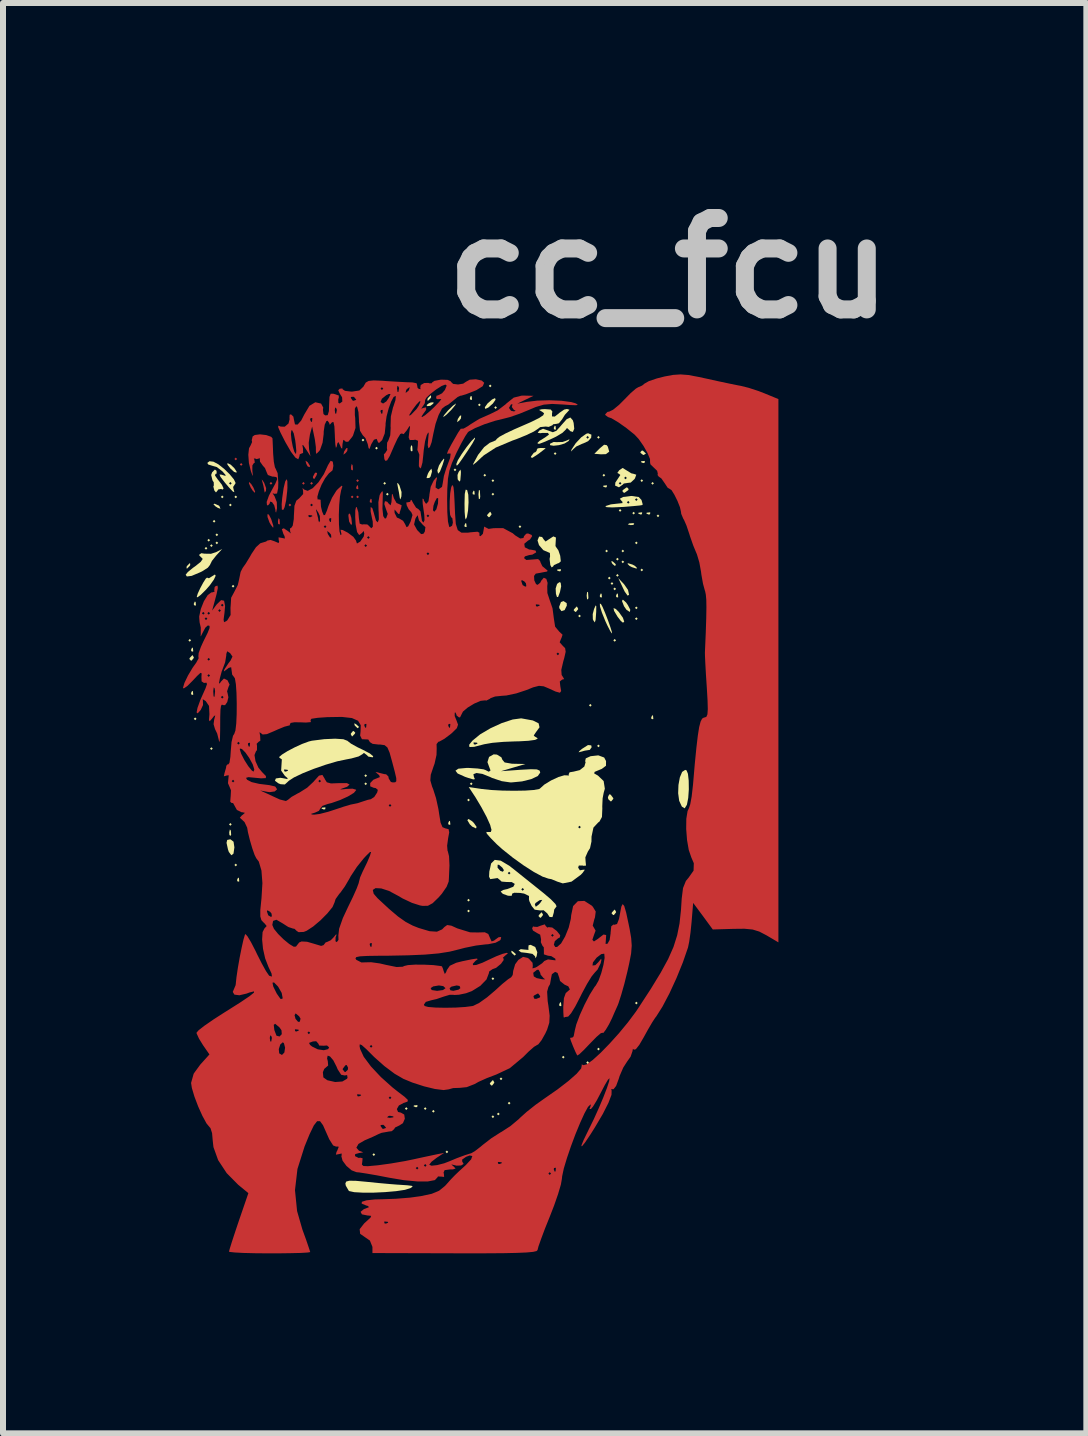
<source format=kicad_pcb>
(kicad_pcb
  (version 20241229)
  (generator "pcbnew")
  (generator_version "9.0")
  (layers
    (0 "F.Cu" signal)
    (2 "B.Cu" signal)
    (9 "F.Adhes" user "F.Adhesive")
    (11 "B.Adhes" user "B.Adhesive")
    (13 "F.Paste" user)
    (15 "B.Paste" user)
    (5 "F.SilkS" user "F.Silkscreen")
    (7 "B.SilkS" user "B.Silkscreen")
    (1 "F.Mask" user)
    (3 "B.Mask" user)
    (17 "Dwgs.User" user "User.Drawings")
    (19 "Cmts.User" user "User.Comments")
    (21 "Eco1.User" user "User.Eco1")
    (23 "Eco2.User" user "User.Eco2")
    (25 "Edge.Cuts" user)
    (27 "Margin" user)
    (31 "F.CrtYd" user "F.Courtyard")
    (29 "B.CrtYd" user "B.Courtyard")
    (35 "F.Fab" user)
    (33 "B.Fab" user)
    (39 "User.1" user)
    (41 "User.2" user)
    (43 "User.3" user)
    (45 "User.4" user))
  (footprint "cc_fcu"
    (layer "F.Cu")
    (at 4.286 10.308)
    (property "Reference" "cc_fcu" (at 3.81 -8.89 0) (layer "Dwgs.User") (effects (font (size 1.524 1.524) (thickness 0.3))))
    (attr through_hole)
    (fp_poly (pts (xy -3.384 -5.707) (xy -3.406 -5.685) (xy -3.429 -5.707) (xy -3.406 -5.73)) (stroke (width 0) (type solid)) (fill yes) (layer "F.Cu"))
    (fp_poly (pts (xy -3.293 -5.617) (xy -3.316 -5.594) (xy -3.339 -5.617) (xy -3.316 -5.639)) (stroke (width 0) (type solid)) (fill yes) (layer "F.Cu"))
    (fp_poly (pts (xy -2.797 -5.301) (xy -2.82 -5.279) (xy -2.842 -5.301) (xy -2.82 -5.324)) (stroke (width 0) (type solid)) (fill yes) (layer "F.Cu"))
    (fp_poly (pts (xy -2.481 -4.94) (xy -2.504 -4.918) (xy -2.526 -4.94) (xy -2.504 -4.963)) (stroke (width 0) (type solid)) (fill yes) (layer "F.Cu"))
    (fp_poly (pts (xy -2.256 -5.301) (xy -2.278 -5.279) (xy -2.301 -5.301) (xy -2.278 -5.324)) (stroke (width 0) (type solid)) (fill yes) (layer "F.Cu"))
    (fp_poly (pts (xy -2.12 -5.301) (xy -2.143 -5.279) (xy -2.166 -5.301) (xy -2.143 -5.324)) (stroke (width 0) (type solid)) (fill yes) (layer "F.Cu"))
    (fp_poly (pts (xy -1.444 -5.075) (xy -1.466 -5.053) (xy -1.489 -5.075) (xy -1.466 -5.098)) (stroke (width 0) (type solid)) (fill yes) (layer "F.Cu"))
    (fp_poly (pts (xy -1.353 -5.346) (xy -1.376 -5.324) (xy -1.399 -5.346) (xy -1.376 -5.369)) (stroke (width 0) (type solid)) (fill yes) (layer "F.Cu"))
    (fp_poly (pts (xy -1.353 -5.075) (xy -1.376 -5.053) (xy -1.399 -5.075) (xy -1.376 -5.098)) (stroke (width 0) (type solid)) (fill yes) (layer "F.Cu"))
    (fp_poly (pts (xy -2.676 -4.7) (xy -2.671 -4.63) (xy -2.68 -4.614) (xy -2.7 -4.627) (xy -2.703 -4.673) (xy -2.692 -4.721)) (stroke (width 0) (type solid)) (fill yes) (layer "F.Cu"))
    (fp_poly (pts (xy -1.458 -5.603) (xy -1.453 -5.532) (xy -1.462 -5.516) (xy -1.482 -5.53) (xy -1.485 -5.576) (xy -1.474 -5.624)) (stroke (width 0) (type solid)) (fill yes) (layer "F.Cu"))
    (fp_poly (pts (xy -1.369 -5.263) (xy -1.363 -5.21) (xy -1.369 -5.203) (xy -1.395 -5.21) (xy -1.399 -5.233) (xy -1.382 -5.271)) (stroke (width 0) (type solid)) (fill yes) (layer "F.Cu"))
    (fp_poly (pts (xy -1.143 -5.038) (xy -1.138 -4.984) (xy -1.143 -4.978) (xy -1.17 -4.984) (xy -1.173 -5.008) (xy -1.156 -5.045)) (stroke (width 0) (type solid)) (fill yes) (layer "F.Cu"))
    (fp_poly (pts (xy -2.211 -5.657) (xy -2.205 -5.651) (xy -2.169 -5.592) (xy -2.174 -5.571) (xy -2.208 -5.584) (xy -2.23 -5.626) (xy -2.244 -5.679)) (stroke (width 0) (type solid)) (fill yes) (layer "F.Cu"))
    (fp_poly (pts (xy -2.05 -5.474) (xy -2.058 -5.439) (xy -2.095 -5.375) (xy -2.118 -5.386) (xy -2.12 -5.411) (xy -2.088 -5.472) (xy -2.076 -5.481)) (stroke (width 0) (type solid)) (fill yes) (layer "F.Cu"))
    (fp_poly (pts (xy -1.548 -5.841) (xy -1.573 -5.808) (xy -1.611 -5.779) (xy -1.602 -5.825) (xy -1.599 -5.833) (xy -1.563 -5.888) (xy -1.543 -5.889)) (stroke (width 0) (type solid)) (fill yes) (layer "F.Cu"))
    (fp_poly (pts (xy -3.148 -5.289) (xy -3.113 -5.233) (xy -3.084 -5.164) (xy -3.087 -5.143) (xy -3.123 -5.178) (xy -3.158 -5.233) (xy -3.187 -5.303) (xy -3.184 -5.324)) (stroke (width 0) (type solid)) (fill yes) (layer "F.Cu"))
    (fp_poly (pts (xy -2.955 -5.345) (xy -2.933 -5.311) (xy -2.9 -5.221) (xy -2.903 -5.175) (xy -2.924 -5.147) (xy -2.929 -5.173) (xy -2.945 -5.26) (xy -2.958 -5.309) (xy -2.974 -5.366)) (stroke (width 0) (type solid)) (fill yes) (layer "F.Cu"))
    (fp_poly (pts (xy -2.855 -4.781) (xy -2.818 -4.71) (xy -2.812 -4.694) (xy -2.779 -4.59) (xy -2.783 -4.56) (xy -2.821 -4.61) (xy -2.844 -4.649) (xy -2.877 -4.74) (xy -2.878 -4.787)) (stroke (width 0) (type solid)) (fill yes) (layer "F.Cu"))
    (fp_poly (pts (xy -1.481 -4.729) (xy -1.48 -4.726) (xy -1.469 -4.629) (xy -1.482 -4.604) (xy -1.514 -4.66) (xy -1.517 -4.668) (xy -1.529 -4.763) (xy -1.523 -4.792) (xy -1.503 -4.797)) (stroke (width 0) (type solid)) (fill yes) (layer "F.Cu"))
    (fp_poly (pts (xy -2.546 -5.339) (xy -2.545 -5.227) (xy -2.549 -5.17) (xy -2.566 -5.019) (xy -2.592 -4.903) (xy -2.614 -4.858) (xy -2.638 -4.864) (xy -2.641 -4.954) (xy -2.632 -5.056) (xy -2.608 -5.224) (xy -2.582 -5.331) (xy -2.56 -5.371)) (stroke (width 0) (type solid)) (fill yes) (layer "F.Cu"))
    (fp_poly (pts (xy -2.898 -6.106) (xy -2.816 -6.077) (xy -2.794 -6.052) (xy -2.791 -5.993) (xy -2.786 -5.877) (xy -2.783 -5.797) (xy -2.772 -5.663) (xy -2.754 -5.57) (xy -2.742 -5.547) (xy -2.708 -5.471) (xy -2.697 -5.316) (xy -2.7 -5.219) (xy -2.718 -5.132) (xy -2.762 -5.126) (xy -2.763 -5.127) (xy -2.793 -5.136) (xy -2.76 -5.087) (xy -2.722 -4.989) (xy -2.719 -4.886) (xy -2.734 -4.814) (xy -2.743 -4.828) (xy -2.745 -4.859) (xy -2.765 -4.935) (xy -2.801 -4.988) (xy -2.833 -4.997) (xy -2.842 -4.963) (xy -2.87 -4.933) (xy -2.886 -4.939) (xy -2.891 -4.991) (xy -2.854 -5.095) (xy -2.818 -5.165) (xy -2.745 -5.3) (xy -2.715 -5.374) (xy -2.728 -5.406) (xy -2.781 -5.414) (xy -2.797 -5.414) (xy -2.87 -5.44) (xy -2.887 -5.476) (xy -2.919 -5.556) (xy -2.952 -5.592) (xy -3.002 -5.663) (xy -3.005 -5.699) (xy -3.005 -5.727) (xy -3.011 -5.718) (xy -3.059 -5.705) (xy -3.079 -5.714) (xy -3.105 -5.715) (xy -3.095 -5.692) (xy -3.089 -5.645) (xy -3.104 -5.639) (xy -3.129 -5.601) (xy -3.13 -5.515) (xy -3.121 -5.431) (xy -3.128 -5.433) (xy -3.154 -5.504) (xy -3.187 -5.64) (xy -3.197 -5.778) (xy -3.185 -5.887) (xy -3.16 -5.931) (xy -3.134 -5.99) (xy -3.14 -6.019) (xy -3.125 -6.083) (xy -3.089 -6.107) (xy -3.002 -6.118)) (stroke (width 0) (type solid)) (fill yes) (layer "F.Cu"))
    (fp_poly (pts (xy 0.693 -7.015) (xy 0.735 -6.978) (xy 0.711 -6.921) (xy 0.605 -6.855) (xy 0.562 -6.837) (xy 0.441 -6.79) (xy 0.358 -6.764) (xy 0.34 -6.762) (xy 0.292 -6.74) (xy 0.216 -6.678) (xy 0.135 -6.613) (xy 0.083 -6.587) (xy 0.031 -6.546) (xy -0.025 -6.44) (xy -0.076 -6.293) (xy -0.113 -6.128) (xy -0.114 -6.123) (xy -0.141 -5.988) (xy -0.171 -5.906) (xy -0.196 -5.886) (xy -0.206 -5.937) (xy -0.199 -6.033) (xy -0.19 -6.133) (xy -0.198 -6.151) (xy -0.222 -6.105) (xy -0.251 -6.001) (xy -0.273 -5.853) (xy -0.28 -5.777) (xy -0.294 -5.648) (xy -0.317 -5.565) (xy -0.332 -5.549) (xy -0.354 -5.588) (xy -0.352 -5.681) (xy -0.351 -5.685) (xy -0.346 -5.779) (xy -0.362 -5.82) (xy -0.362 -5.82) (xy -0.379 -5.858) (xy -0.372 -5.931) (xy -0.368 -6.011) (xy -0.414 -6.029) (xy -0.444 -6.024) (xy -0.507 -6.023) (xy -0.524 -6.068) (xy -0.514 -6.15) (xy -0.501 -6.245) (xy -0.51 -6.257) (xy -0.549 -6.195) (xy -0.555 -6.185) (xy -0.608 -6.121) (xy -0.638 -6.133) (xy -0.663 -6.124) (xy -0.71 -6.047) (xy -0.77 -5.918) (xy -0.776 -5.903) (xy -0.84 -5.756) (xy -0.883 -5.684) (xy -0.912 -5.676) (xy -0.929 -5.704) (xy -0.937 -5.785) (xy -0.913 -5.809) (xy -0.882 -5.858) (xy -0.887 -5.891) (xy -0.883 -5.979) (xy -0.861 -6.019) (xy -0.831 -6.102) (xy -0.824 -6.228) (xy -0.826 -6.254) (xy -0.821 -6.415) (xy -0.814 -6.446) (xy -0.512 -6.446) (xy -0.51 -6.427) (xy -0.481 -6.448) (xy -0.394 -6.539) (xy -0.389 -6.546) (xy -0.316 -6.546) (xy -0.288 -6.555) (xy -0.282 -6.558) (xy -0.233 -6.568) (xy -0.233 -6.526) (xy -0.28 -6.461) (xy -0.31 -6.415) (xy -0.3 -6.406) (xy -0.251 -6.436) (xy -0.163 -6.511) (xy -0.099 -6.572) (xy -0.017 -6.657) (xy 0.021 -6.704) (xy 0.014 -6.706) (xy -0.051 -6.705) (xy -0.067 -6.721) (xy -0.06 -6.762) (xy -0.036 -6.767) (xy 0.032 -6.802) (xy 0.08 -6.858) (xy 0.11 -6.931) (xy 0.088 -6.948) (xy 0.025 -6.924) (xy -0.066 -6.866) (xy -0.159 -6.794) (xy -0.229 -6.728) (xy -0.251 -6.688) (xy -0.25 -6.686) (xy -0.255 -6.637) (xy -0.282 -6.594) (xy -0.316 -6.546) (xy -0.389 -6.546) (xy -0.357 -6.594) (xy -0.326 -6.665) (xy -0.342 -6.67) (xy -0.395 -6.614) (xy -0.458 -6.53) (xy -0.512 -6.446) (xy -0.814 -6.446) (xy -0.784 -6.571) (xy -0.78 -6.579) (xy -0.745 -6.685) (xy -0.738 -6.751) (xy -0.741 -6.757) (xy -0.774 -6.742) (xy -0.816 -6.664) (xy -0.858 -6.548) (xy -0.892 -6.418) (xy -0.909 -6.299) (xy -0.909 -6.268) (xy -0.923 -6.133) (xy -0.965 -6.025) (xy -0.969 -6.019) (xy -1.019 -5.973) (xy -1.036 -5.989) (xy -1.058 -6.043) (xy -1.103 -6.028) (xy -1.147 -5.954) (xy -1.151 -5.944) (xy -1.177 -5.874) (xy -1.192 -5.888) (xy -1.206 -5.955) (xy -1.245 -6.056) (xy -1.29 -6.104) (xy -1.335 -6.178) (xy -1.353 -6.331) (xy -1.353 -6.364) (xy -1.361 -6.491) (xy -1.363 -6.497) (xy -0.993 -6.497) (xy -0.976 -6.459) (xy -0.962 -6.467) (xy -0.957 -6.52) (xy -0.962 -6.527) (xy -0.989 -6.521) (xy -0.993 -6.497) (xy -1.363 -6.497) (xy -1.382 -6.572) (xy -1.398 -6.587) (xy -1.421 -6.546) (xy -1.421 -6.438) (xy -1.415 -6.39) (xy -1.41 -6.225) (xy -1.452 -6.097) (xy -1.468 -6.072) (xy -1.531 -5.995) (xy -1.573 -5.994) (xy -1.585 -6.009) (xy -1.614 -6.027) (xy -1.626 -5.959) (xy -1.627 -5.955) (xy -1.632 -5.88) (xy -1.649 -5.89) (xy -1.667 -5.933) (xy -1.695 -5.99) (xy -1.712 -5.969) (xy -1.725 -5.91) (xy -1.737 -5.893) (xy -1.747 -5.953) (xy -1.754 -6.077) (xy -1.754 -6.091) (xy -1.762 -6.249) (xy -1.778 -6.324) (xy -1.802 -6.319) (xy -1.805 -6.316) (xy -1.84 -6.277) (xy -1.849 -6.308) (xy -1.875 -6.345) (xy -1.895 -6.339) (xy -1.923 -6.28) (xy -1.94 -6.167) (xy -1.941 -6.122) (xy -1.959 -5.979) (xy -2 -5.862) (xy -2.013 -5.842) (xy -2.062 -5.792) (xy -2.07 -5.82) (xy -2.071 -5.906) (xy -2.088 -6.034) (xy -2.095 -6.068) (xy -2.133 -6.248) (xy -2.17 -6.115) (xy -2.19 -5.977) (xy -2.184 -5.867) (xy -2.16 -5.752) (xy -2.233 -5.865) (xy -2.283 -5.939) (xy -2.296 -5.938) (xy -2.285 -5.876) (xy -2.284 -5.808) (xy -2.305 -5.8) (xy -2.339 -5.786) (xy -2.346 -5.749) (xy -2.364 -5.702) (xy -2.412 -5.73) (xy -2.486 -5.827) (xy -2.578 -5.986) (xy -2.588 -6.005) (xy -2.648 -6.123) (xy -2.487 -6.123) (xy -2.477 -6.024) (xy -2.456 -5.915) (xy -2.43 -5.827) (xy -2.406 -5.792) (xy -2.401 -5.795) (xy -2.397 -5.845) (xy -2.407 -5.954) (xy -2.416 -6.023) (xy -2.44 -6.135) (xy -2.467 -6.187) (xy -2.48 -6.183) (xy -2.487 -6.123) (xy -2.648 -6.123) (xy -2.663 -6.153) (xy -2.698 -6.234) (xy -2.698 -6.263) (xy -2.665 -6.251) (xy -2.66 -6.247) (xy -2.589 -6.246) (xy -2.527 -6.299) (xy -2.508 -6.374) (xy -2.511 -6.387) (xy -2.508 -6.443) (xy -2.486 -6.452) (xy -2.446 -6.414) (xy -2.436 -6.361) (xy -2.419 -6.283) (xy -2.375 -6.281) (xy -2.315 -6.349) (xy -2.309 -6.361) (xy -2.166 -6.361) (xy -2.149 -6.324) (xy -2.135 -6.331) (xy -2.13 -6.385) (xy -2.135 -6.391) (xy -2.162 -6.385) (xy -2.166 -6.361) (xy -2.309 -6.361) (xy -2.264 -6.449) (xy -2.178 -6.593) (xy -2.08 -6.653) (xy -1.984 -6.631) (xy -1.948 -6.565) (xy -1.953 -6.527) (xy -1.944 -6.456) (xy -1.915 -6.434) (xy -1.874 -6.438) (xy -1.854 -6.503) (xy -1.853 -6.523) (xy -1.756 -6.523) (xy -1.748 -6.464) (xy -1.732 -6.464) (xy -1.721 -6.524) (xy -1.729 -6.55) (xy -1.749 -6.567) (xy -1.756 -6.523) (xy -1.853 -6.523) (xy -1.85 -6.616) (xy -1.844 -6.742) (xy -1.824 -6.795) (xy -1.78 -6.795) (xy -1.778 -6.795) (xy -1.707 -6.771) (xy -1.69 -6.767) (xy -1.688 -6.733) (xy -1.698 -6.7) (xy -1.696 -6.642) (xy -1.674 -6.632) (xy -1.64 -6.657) (xy -0.992 -6.657) (xy -0.952 -6.632) (xy -0.949 -6.632) (xy -0.896 -6.667) (xy -0.855 -6.726) (xy -0.826 -6.791) (xy -0.856 -6.791) (xy -0.899 -6.769) (xy -0.971 -6.711) (xy -0.992 -6.657) (xy -1.64 -6.657) (xy -1.63 -6.664) (xy -1.633 -6.725) (xy -1.489 -6.725) (xy -1.456 -6.679) (xy -1.444 -6.677) (xy -1.4 -6.692) (xy -1.399 -6.697) (xy -1.43 -6.736) (xy -1.444 -6.745) (xy -1.485 -6.741) (xy -1.489 -6.725) (xy -1.633 -6.725) (xy -1.634 -6.736) (xy -1.673 -6.798) (xy -1.681 -6.815) (xy -0.575 -6.815) (xy -0.569 -6.812) (xy -0.528 -6.844) (xy -0.519 -6.858) (xy -0.507 -6.9) (xy -0.514 -6.903) (xy -0.555 -6.871) (xy -0.564 -6.858) (xy -0.575 -6.815) (xy -1.681 -6.815) (xy -1.698 -6.853) (xy -1.673 -6.878) (xy -1.629 -6.883) (xy -1.624 -6.869) (xy -1.585 -6.843) (xy -1.487 -6.831) (xy -1.469 -6.83) (xy -1.346 -6.849) (xy -1.313 -6.88) (xy -0.993 -6.88) (xy -0.97 -6.858) (xy -0.947 -6.88) (xy -0.951 -6.884) (xy -0.718 -6.884) (xy -0.71 -6.825) (xy -0.695 -6.825) (xy -0.684 -6.885) (xy -0.691 -6.911) (xy -0.711 -6.928) (xy -0.718 -6.884) (xy -0.951 -6.884) (xy -0.97 -6.903) (xy -0.993 -6.88) (xy -1.313 -6.88) (xy -1.277 -6.915) (xy -1.269 -6.93) (xy -1.239 -6.981) (xy -1.192 -7.008) (xy -1.107 -7.017) (xy -0.96 -7.011) (xy -0.894 -7.006) (xy -0.716 -6.995) (xy -0.562 -6.987) (xy -0.465 -6.984) (xy -0.463 -6.984) (xy -0.393 -6.97) (xy -0.385 -6.946) (xy -0.375 -6.893) (xy -0.355 -6.876) (xy -0.323 -6.87) (xy -0.331 -6.891) (xy -0.323 -6.94) (xy -0.264 -6.974) (xy -0.192 -6.975) (xy -0.176 -6.968) (xy -0.138 -6.97) (xy -0.135 -6.981) (xy -0.096 -7.009) (xy 0.002 -7.028) (xy 0.023 -7.03) (xy 0.127 -7.026) (xy 0.179 -7.001) (xy 0.18 -6.994) (xy 0.217 -6.959) (xy 0.299 -6.949) (xy 0.385 -6.963) (xy 0.429 -6.993) (xy 0.494 -7.029) (xy 0.597 -7.036)) (stroke (width 0) (type solid)) (fill yes) (layer "F.Cu"))
    (fp_poly (pts (xy 4.138 -7.107) (xy 4.309 -7.075) (xy 4.434 -7.048) (xy 4.638 -7.003) (xy 4.826 -6.963) (xy 4.969 -6.934) (xy 5.008 -6.927) (xy 5.142 -6.894) (xy 5.31 -6.839) (xy 5.403 -6.803) (xy 5.639 -6.706) (xy 5.639 2.35) (xy 5.439 2.232) (xy 5.32 2.17) (xy 5.209 2.136) (xy 5.073 2.123) (xy 4.891 2.125) (xy 4.545 2.135) (xy 4.382 1.913) (xy 4.218 1.692) (xy 4.192 2.008) (xy 4.174 2.185) (xy 4.152 2.34) (xy 4.132 2.436) (xy 4.046 2.685) (xy 3.939 2.948) (xy 3.822 3.202) (xy 3.706 3.422) (xy 3.603 3.585) (xy 3.584 3.609) (xy 3.535 3.684) (xy 3.462 3.809) (xy 3.392 3.936) (xy 3.32 4.059) (xy 3.263 4.131) (xy 3.233 4.139) (xy 3.233 4.139) (xy 3.213 4.125) (xy 3.207 4.164) (xy 3.175 4.256) (xy 3.118 4.336) (xy 3.053 4.437) (xy 2.992 4.578) (xy 2.977 4.627) (xy 2.934 4.743) (xy 2.891 4.798) (xy 2.875 4.797) (xy 2.85 4.798) (xy 2.859 4.819) (xy 2.857 4.891) (xy 2.806 5.025) (xy 2.713 5.209) (xy 2.581 5.433) (xy 2.508 5.549) (xy 2.414 5.689) (xy 2.363 5.751) (xy 2.355 5.736) (xy 2.392 5.645) (xy 2.473 5.479) (xy 2.478 5.468) (xy 2.562 5.297) (xy 2.645 5.113) (xy 2.721 4.933) (xy 2.781 4.777) (xy 2.818 4.664) (xy 2.824 4.614) (xy 2.824 4.614) (xy 2.797 4.641) (xy 2.744 4.731) (xy 2.683 4.848) (xy 2.611 4.985) (xy 2.548 5.088) (xy 2.514 5.128) (xy 2.489 5.128) (xy 2.5 5.105) (xy 2.513 5.058) (xy 2.505 5.053) (xy 2.465 5.093) (xy 2.406 5.201) (xy 2.334 5.359) (xy 2.256 5.548) (xy 2.181 5.749) (xy 2.114 5.946) (xy 2.062 6.119) (xy 2.034 6.25) (xy 2.03 6.292) (xy 2.013 6.388) (xy 1.967 6.544) (xy 1.9 6.737) (xy 1.827 6.925) (xy 1.747 7.124) (xy 1.683 7.295) (xy 1.639 7.42) (xy 1.624 7.479) (xy 1.607 7.496) (xy 1.55 7.509) (xy 1.444 7.519) (xy 1.283 7.526) (xy 1.058 7.531) (xy 0.761 7.533) (xy 0.385 7.533) (xy 0.248 7.533) (xy -1.128 7.529) (xy -1.128 7.426) (xy -1.17 7.321) (xy -1.241 7.272) (xy -1.333 7.208) (xy -1.341 7.131) (xy -1.265 7.034) (xy -1.236 7.008) (xy -0.932 7.008) (xy -0.926 7.035) (xy -0.902 7.038) (xy -0.865 7.022) (xy -0.872 7.008) (xy -0.926 7.003) (xy -0.932 7.008) (xy -1.236 7.008) (xy -1.234 7.006) (xy -1.159 6.937) (xy -1.149 6.909) (xy -1.202 6.903) (xy -1.208 6.903) (xy -1.303 6.884) (xy -1.326 6.842) (xy -1.271 6.797) (xy -1.251 6.79) (xy -1.186 6.764) (xy -1.203 6.744) (xy -1.229 6.737) (xy -1.308 6.704) (xy -1.304 6.674) (xy -1.228 6.65) (xy -1.087 6.635) (xy -0.962 6.632) (xy -0.739 6.624) (xy -0.501 6.605) (xy -0.32 6.58) (xy -0.139 6.541) (xy -0.017 6.49) (xy 0.078 6.413) (xy 0.101 6.389) (xy 0.181 6.299) (xy 0.247 6.231) (xy 0.276 6.203) (xy 1.805 6.203) (xy 1.827 6.226) (xy 1.85 6.203) (xy 1.827 6.181) (xy 1.805 6.203) (xy 0.276 6.203) (xy 0.324 6.157) (xy 0.348 6.136) (xy 1.895 6.136) (xy 1.911 6.173) (xy 1.925 6.166) (xy 1.93 6.112) (xy 1.925 6.106) (xy 1.898 6.112) (xy 1.895 6.136) (xy 0.348 6.136) (xy 0.432 6.059) (xy 0.472 6.015) (xy 0.962 6.015) (xy 0.969 6.042) (xy 0.993 6.045) (xy 1.03 6.029) (xy 1.023 6.015) (xy 0.969 6.01) (xy 0.962 6.015) (xy 0.472 6.015) (xy 0.517 5.967) (xy 0.537 5.912) (xy 0.493 5.902) (xy 0.432 5.925) (xy 0.367 5.971) (xy 0.369 6.005) (xy 0.392 6.043) (xy 0.351 6.069) (xy 0.275 6.072) (xy 0.241 6.064) (xy 0.187 6.051) (xy 0.213 6.076) (xy 0.226 6.086) (xy 0.258 6.12) (xy 0.215 6.134) (xy 0.164 6.135) (xy 0.075 6.147) (xy 0.057 6.189) (xy 0.063 6.208) (xy 0.067 6.26) (xy 0.023 6.255) (xy -0.035 6.252) (xy -0.045 6.268) (xy -0.087 6.313) (xy -0.203 6.335) (xy -0.38 6.335) (xy -0.605 6.314) (xy -0.849 6.273) (xy -1.051 6.234) (xy -1.225 6.204) (xy -1.349 6.185) (xy -1.394 6.181) (xy -1.475 6.15) (xy -1.518 6.113) (xy -0.406 6.113) (xy -0.383 6.136) (xy -0.361 6.113) (xy -0.383 6.091) (xy -0.406 6.113) (xy -1.518 6.113) (xy -1.561 6.077) (xy -1.626 5.989) (xy -1.646 5.914) (xy -1.641 5.9) (xy -1.641 5.869) (xy -1.685 5.879) (xy -1.737 5.889) (xy -1.727 5.844) (xy -1.714 5.82) (xy -1.689 5.757) (xy -1.721 5.752) (xy -1.73 5.756) (xy -1.783 5.735) (xy -1.848 5.632) (xy -1.895 5.526) (xy -1.946 5.411) (xy -0.993 5.411) (xy -0.96 5.457) (xy -0.947 5.459) (xy -0.903 5.444) (xy -0.902 5.439) (xy -0.934 5.401) (xy -0.947 5.391) (xy -0.989 5.395) (xy -0.993 5.411) (xy -1.946 5.411) (xy -1.952 5.398) (xy -2.001 5.331) (xy -2.05 5.331) (xy -2.105 5.402) (xy -2.176 5.549) (xy -2.259 5.752) (xy -2.378 6.128) (xy -2.419 6.48) (xy -2.384 6.829) (xy -2.295 7.138) (xy -2.235 7.303) (xy -2.191 7.432) (xy -2.167 7.505) (xy -2.166 7.513) (xy -2.208 7.52) (xy -2.325 7.527) (xy -2.501 7.531) (xy -2.721 7.534) (xy -2.842 7.534) (xy -3.078 7.532) (xy -3.278 7.527) (xy -3.426 7.519) (xy -3.508 7.51) (xy -3.519 7.504) (xy -3.505 7.452) (xy -3.468 7.333) (xy -3.413 7.166) (xy -3.358 7.002) (xy -3.196 6.53) (xy -3.364 6.392) (xy -3.557 6.197) (xy -3.7 5.98) (xy -3.778 5.763) (xy -3.79 5.656) (xy -3.801 5.53) (xy -3.828 5.446) (xy -3.84 5.433) (xy -3.894 5.368) (xy -3.948 5.268) (xy -0.883 5.268) (xy -0.838 5.275) (xy -0.78 5.267) (xy -0.779 5.251) (xy -0.84 5.24) (xy -0.866 5.248) (xy -0.883 5.268) (xy -3.948 5.268) (xy -3.962 5.243) (xy -4.033 5.085) (xy -4.088 4.94) (xy -0.857 4.94) (xy -0.835 4.963) (xy -0.812 4.94) (xy -0.835 4.918) (xy -0.857 4.94) (xy -4.088 4.94) (xy -4.095 4.921) (xy -4.105 4.888) (xy -1.384 4.888) (xy -1.377 4.914) (xy -1.353 4.918) (xy -1.316 4.901) (xy -1.323 4.888) (xy -1.377 4.882) (xy -1.384 4.888) (xy -4.105 4.888) (xy -4.138 4.777) (xy -4.151 4.693) (xy -4.108 4.54) (xy -4.09 4.514) (xy -1.954 4.514) (xy -1.946 4.601) (xy -1.88 4.648) (xy -1.749 4.678) (xy -1.629 4.669) (xy -1.552 4.624) (xy -1.543 4.606) (xy -1.55 4.562) (xy -1.59 4.569) (xy -1.649 4.557) (xy -1.706 4.469) (xy -1.624 4.469) (xy -1.59 4.51) (xy -1.579 4.512) (xy -1.539 4.475) (xy -1.534 4.441) (xy -1.556 4.395) (xy -1.579 4.399) (xy -1.622 4.456) (xy -1.624 4.469) (xy -1.706 4.469) (xy -1.707 4.468) (xy -1.728 4.418) (xy -1.781 4.315) (xy -1.835 4.252) (xy -1.874 4.238) (xy -1.884 4.283) (xy -1.872 4.331) (xy -1.866 4.403) (xy -1.887 4.421) (xy -1.931 4.459) (xy -1.954 4.514) (xy -4.09 4.514) (xy -3.998 4.388) (xy -3.845 4.218) (xy -3.906 4.13) (xy -2.689 4.13) (xy -2.682 4.2) (xy -2.681 4.201) (xy -2.636 4.227) (xy -2.596 4.186) (xy -2.584 4.105) (xy -2.603 4.032) (xy -2.61 4.026) (xy -2.185 4.026) (xy -2.168 4.059) (xy -2.133 4.087) (xy -2.039 4.133) (xy -1.939 4.148) (xy -1.866 4.13) (xy -1.85 4.1) (xy -1.885 4.069) (xy -1.94 4.073) (xy -2.015 4.07) (xy -2.03 4.038) (xy -2.065 3.998) (xy -2.121 4.002) (xy -2.185 4.026) (xy -2.61 4.026) (xy -2.621 4.015) (xy -2.664 4.052) (xy -2.689 4.13) (xy -3.906 4.13) (xy -3.953 4.062) (xy -4.02 3.953) (xy -4.024 3.944) (xy -2.839 3.944) (xy -2.83 4.002) (xy -2.815 4.003) (xy -2.804 3.943) (xy -2.811 3.917) (xy -2.831 3.899) (xy -2.839 3.944) (xy -4.024 3.944) (xy -4.058 3.87) (xy -4.06 3.855) (xy -4.024 3.814) (xy -3.925 3.737) (xy -3.907 3.725) (xy -2.773 3.725) (xy -2.763 3.812) (xy -2.727 3.906) (xy -2.676 3.919) (xy -2.639 3.88) (xy -2.641 3.857) (xy -2.211 3.857) (xy -2.188 3.88) (xy -2.166 3.857) (xy -2.188 3.835) (xy -2.211 3.857) (xy -2.641 3.857) (xy -2.644 3.815) (xy -2.651 3.805) (xy -2.421 3.805) (xy -2.415 3.832) (xy -2.391 3.835) (xy -2.354 3.818) (xy -2.361 3.805) (xy -2.415 3.799) (xy -2.421 3.805) (xy -2.651 3.805) (xy -2.678 3.767) (xy -2.749 3.707) (xy -2.773 3.725) (xy -3.907 3.725) (xy -3.777 3.635) (xy -3.667 3.564) (xy -2.426 3.564) (xy -2.41 3.625) (xy -2.367 3.675) (xy -2.339 3.673) (xy -2.326 3.622) (xy -2.35 3.582) (xy -2.408 3.534) (xy -2.426 3.564) (xy -3.667 3.564) (xy -3.595 3.518) (xy -3.563 3.498) (xy -3.332 3.352) (xy -3.179 3.249) (xy -3.103 3.188) (xy -3.102 3.167) (xy -3.176 3.185) (xy -3.227 3.204) (xy -3.346 3.232) (xy -3.429 3.221) (xy -3.456 3.176) (xy -3.444 3.147) (xy -3.41 3.067) (xy -3.406 3.045) (xy -3.404 3.022) (xy -2.794 3.022) (xy -2.781 3.086) (xy -2.726 3.198) (xy -2.718 3.211) (xy -2.661 3.292) (xy -2.63 3.292) (xy -2.625 3.274) (xy -2.641 3.192) (xy -2.686 3.113) (xy -0.158 3.113) (xy -0.14 3.145) (xy -0.052 3.158) (xy -0.048 3.158) (xy 0.048 3.145) (xy 0.09 3.114) (xy 0.09 3.113) (xy 0.158 3.113) (xy 0.171 3.149) (xy 0.22 3.158) (xy 0.308 3.138) (xy 0.338 3.113) (xy 0.325 3.077) (xy 0.276 3.068) (xy 0.189 3.088) (xy 0.158 3.113) (xy 0.09 3.113) (xy 0.052 3.079) (xy -0.02 3.068) (xy -0.115 3.084) (xy -0.158 3.113) (xy -2.686 3.113) (xy -2.699 3.09) (xy -2.704 3.084) (xy -2.768 3.018) (xy -2.794 3.022) (xy -3.404 3.022) (xy -3.394 2.929) (xy -3.371 2.774) (xy -3.341 2.603) (xy -3.308 2.439) (xy -3.278 2.305) (xy -3.254 2.224) (xy -3.245 2.211) (xy -3.211 2.249) (xy -3.151 2.349) (xy -3.076 2.494) (xy -3.052 2.545) (xy -2.972 2.703) (xy -2.902 2.829) (xy -2.853 2.901) (xy -2.845 2.908) (xy -2.803 2.92) (xy -2.81 2.869) (xy -2.862 2.757) (xy -2.916 2.618) (xy -2.952 2.457) (xy -2.967 2.302) (xy -2.959 2.179) (xy -2.928 2.118) (xy -2.891 2.078) (xy -2.905 2.06) (xy -2.797 2.06) (xy -2.77 2.124) (xy -2.7 2.21) (xy -2.609 2.3) (xy -2.515 2.377) (xy -2.439 2.423) (xy -2.4 2.42) (xy -2.4 2.417) (xy -2.349 2.352) (xy -2.309 2.335) (xy -2.217 2.34) (xy -2.096 2.375) (xy -2.087 2.378) (xy -1.983 2.409) (xy -1.94 2.395) (xy -1.94 2.392) (xy -1.939 2.391) (xy -1.173 2.391) (xy -1.156 2.428) (xy -1.143 2.421) (xy -1.138 2.368) (xy -1.143 2.361) (xy -1.17 2.367) (xy -1.173 2.391) (xy -1.939 2.391) (xy -1.905 2.348) (xy -1.889 2.346) (xy -1.822 2.314) (xy -1.776 2.267) (xy -1.731 2.213) (xy -1.729 2.231) (xy -1.742 2.267) (xy -1.744 2.332) (xy -1.722 2.346) (xy -1.694 2.309) (xy -1.696 2.234) (xy -1.683 2.122) (xy -1.621 1.945) (xy -1.535 1.761) (xy -1.454 1.594) (xy -1.391 1.453) (xy -1.357 1.362) (xy -1.353 1.343) (xy -1.333 1.266) (xy -1.285 1.157) (xy -1.281 1.15) (xy -1.217 1.018) (xy -1.168 0.902) (xy -1.151 0.844) (xy -1.169 0.844) (xy -1.233 0.907) (xy -1.274 0.951) (xy -1.387 1.092) (xy -1.489 1.246) (xy -1.511 1.287) (xy -1.587 1.417) (xy -1.664 1.524) (xy -1.681 1.542) (xy -1.742 1.628) (xy -1.76 1.685) (xy -1.793 1.761) (xy -1.878 1.866) (xy -1.993 1.982) (xy -2.116 2.086) (xy -2.225 2.157) (xy -2.273 2.176) (xy -2.359 2.18) (xy -2.391 2.159) (xy -2.427 2.124) (xy -2.453 2.12) (xy -2.53 2.094) (xy -2.627 2.032) (xy -2.728 1.973) (xy -2.784 1.992) (xy -2.797 2.06) (xy -2.905 2.06) (xy -2.93 2.03) (xy -2.941 2.021) (xy -2.979 1.98) (xy -2.997 1.918) (xy -2.997 1.833) (xy -2.887 1.833) (xy -2.865 1.899) (xy -2.821 1.925) (xy -2.804 1.917) (xy -2.81 1.87) (xy -2.834 1.84) (xy -2.879 1.815) (xy -2.887 1.833) (xy -2.997 1.833) (xy -2.997 1.812) (xy -2.98 1.641) (xy -2.977 1.613) (xy -2.962 1.362) (xy -2.978 1.153) (xy -3.022 1.004) (xy -3.065 0.947) (xy -3.092 0.893) (xy -3.131 0.782) (xy -3.171 0.645) (xy -3.203 0.515) (xy -3.216 0.438) (xy -3.26 0.345) (xy -3.293 0.314) (xy -3.338 0.272) (xy -3.303 0.232) (xy -3.293 0.226) (xy -3.253 0.191) (xy -3.297 0.181) (xy -3.309 0.181) (xy -3.387 0.143) (xy -3.416 0.091) (xy -3.45 0.029) (xy -3.478 0.025) (xy -3.498 0.005) (xy -3.492 -0.076) (xy -3.491 -0.083) (xy -3.486 -0.185) (xy -3.51 -0.243) (xy -3.536 -0.303) (xy -3.533 -0.338) (xy -3.474 -0.338) (xy -3.451 -0.316) (xy -3.429 -0.338) (xy -3.451 -0.361) (xy -3.474 -0.338) (xy -3.533 -0.338) (xy -3.53 -0.368) (xy -3.528 -0.392) (xy -3.235 -0.392) (xy -3.218 -0.361) (xy -3.141 -0.321) (xy -3.016 -0.292) (xy -2.976 -0.287) (xy -2.848 -0.271) (xy -2.76 -0.251) (xy -2.746 -0.245) (xy -2.717 -0.201) (xy -2.756 -0.166) (xy -2.839 -0.154) (xy -2.879 -0.159) (xy -3 -0.182) (xy -2.887 -0.131) (xy -2.758 -0.071) (xy -2.67 -0.031) (xy -2.57 -0.006) (xy -2.535 -0.027) (xy -2.476 -0.075) (xy -2.371 -0.134) (xy -2.346 -0.146) (xy -2.216 -0.228) (xy -2.11 -0.327) (xy -2.103 -0.336) (xy -2.101 -0.338) (xy -2.03 -0.338) (xy -2.008 -0.316) (xy -1.985 -0.338) (xy -2.008 -0.361) (xy -2.03 -0.338) (xy -2.101 -0.338) (xy -2.019 -0.429) (xy -1.962 -0.441) (xy -1.921 -0.373) (xy -1.92 -0.368) (xy -1.888 -0.318) (xy -1.819 -0.299) (xy -1.687 -0.304) (xy -1.68 -0.304) (xy -1.553 -0.304) (xy -1.509 -0.281) (xy -1.549 -0.244) (xy -1.647 -0.209) (xy -1.666 -0.199) (xy -1.609 -0.202) (xy -1.568 -0.207) (xy -1.46 -0.212) (xy -1.402 -0.195) (xy -1.399 -0.188) (xy -1.437 -0.142) (xy -1.536 -0.082) (xy -1.668 -0.022) (xy -1.808 0.027) (xy -1.872 0.043) (xy -1.962 0.075) (xy -1.994 0.113) (xy -1.994 0.115) (xy -2.02 0.158) (xy -2.084 0.187) (xy -2.152 0.209) (xy -2.136 0.219) (xy -2.096 0.221) (xy -2.005 0.209) (xy -1.865 0.173) (xy -1.748 0.135) (xy -1.604 0.087) (xy -1.538 0.068) (xy -0.857 0.068) (xy -0.835 0.09) (xy -0.812 0.068) (xy -0.835 0.045) (xy -0.857 0.068) (xy -1.538 0.068) (xy -1.493 0.054) (xy -1.448 0.045) (xy -1.375 0.03) (xy -1.3 0.005) (xy -1.204 -0.026) (xy -1.155 -0.036) (xy -1.098 -0.073) (xy -1.049 -0.148) (xy -1.038 -0.192) (xy -1.074 -0.222) (xy -1.105 -0.226) (xy -1.165 -0.251) (xy -1.165 -0.306) (xy -1.112 -0.361) (xy -1.071 -0.378) (xy -1.004 -0.405) (xy -1.017 -0.439) (xy -1.038 -0.455) (xy -1.077 -0.49) (xy -1.038 -0.483) (xy -1.023 -0.478) (xy -0.932 -0.455) (xy -0.899 -0.451) (xy -0.862 -0.415) (xy -0.857 -0.383) (xy -0.821 -0.324) (xy -0.79 -0.316) (xy -0.749 -0.318) (xy -0.73 -0.336) (xy -0.731 -0.388) (xy -0.755 -0.491) (xy -0.799 -0.658) (xy -0.842 -0.813) (xy -0.879 -0.899) (xy -0.925 -0.937) (xy -0.994 -0.947) (xy -1.025 -0.947) (xy -1.125 -0.959) (xy -1.172 -0.989) (xy -1.173 -0.993) (xy -1.198 -1.032) (xy -1.207 -1.032) (xy -1.303 -1.036) (xy -1.333 -1.097) (xy -1.326 -1.164) (xy -1.323 -1.263) (xy -1.263 -1.263) (xy -1.247 -1.226) (xy -1.233 -1.233) (xy -1.23 -1.263) (xy 0.135 -1.263) (xy 0.152 -1.226) (xy 0.165 -1.233) (xy 0.171 -1.287) (xy 0.165 -1.293) (xy 0.139 -1.287) (xy 0.135 -1.263) (xy -1.23 -1.263) (xy -1.228 -1.287) (xy -1.233 -1.293) (xy -1.26 -1.287) (xy -1.263 -1.263) (xy -1.323 -1.263) (xy -1.323 -1.27) (xy -1.368 -1.344) (xy -1.47 -1.389) (xy -1.638 -1.408) (xy -1.881 -1.404) (xy -2.041 -1.393) (xy -2.145 -1.377) (xy -2.163 -1.35) (xy -2.154 -1.342) (xy -2.157 -1.321) (xy -2.238 -1.314) (xy -2.308 -1.317) (xy -2.426 -1.319) (xy -2.492 -1.308) (xy -2.497 -1.297) (xy -2.51 -1.265) (xy -2.526 -1.263) (xy -2.594 -1.245) (xy -2.708 -1.198) (xy -2.763 -1.173) (xy -2.887 -1.121) (xy -2.958 -1.115) (xy -2.989 -1.139) (xy -3.011 -1.153) (xy -3 -1.094) (xy -2.996 -1.012) (xy -3.025 -0.993) (xy -3.058 -0.96) (xy -3.052 -0.926) (xy -3.053 -0.854) (xy -3.07 -0.833) (xy -3.094 -0.772) (xy -3.077 -0.67) (xy -3.028 -0.561) (xy -2.97 -0.491) (xy -2.903 -0.422) (xy -2.905 -0.388) (xy -2.985 -0.384) (xy -3.079 -0.393) (xy -3.195 -0.404) (xy -3.235 -0.392) (xy -3.528 -0.392) (xy -3.523 -0.435) (xy -3.561 -0.431) (xy -3.565 -0.428) (xy -3.605 -0.418) (xy -3.594 -0.47) (xy -3.568 -0.56) (xy -3.564 -0.593) (xy -3.54 -0.62) (xy -3.53 -0.616) (xy -3.511 -0.645) (xy -3.496 -0.741) (xy -3.489 -0.845) (xy -3.487 -0.868) (xy -3.339 -0.868) (xy -3.316 -0.794) (xy -3.263 -0.69) (xy -3.197 -0.586) (xy -3.137 -0.513) (xy -3.109 -0.496) (xy -3.097 -0.531) (xy -3.123 -0.616) (xy -3.125 -0.62) (xy -3.181 -0.723) (xy -3.245 -0.814) (xy -3.303 -0.873) (xy -3.336 -0.881) (xy -3.339 -0.868) (xy -3.487 -0.868) (xy -3.478 -0.97) (xy -3.384 -0.97) (xy -3.361 -0.947) (xy -3.203 -0.947) (xy -3.187 -0.91) (xy -3.173 -0.917) (xy -3.168 -0.971) (xy -3.173 -0.978) (xy -3.2 -0.971) (xy -3.203 -0.947) (xy -3.361 -0.947) (xy -3.339 -0.97) (xy -3.361 -0.993) (xy -3.384 -0.97) (xy -3.478 -0.97) (xy -3.477 -0.988) (xy -3.452 -1.093) (xy -3.431 -1.126) (xy -3.412 -1.18) (xy -3.398 -1.297) (xy -3.391 -1.456) (xy -3.39 -1.633) (xy -3.394 -1.806) (xy -3.404 -1.952) (xy -3.42 -2.049) (xy -3.437 -2.075) (xy -3.466 -2.113) (xy -3.474 -2.171) (xy -3.483 -2.237) (xy -3.524 -2.225) (xy -3.55 -2.205) (xy -3.603 -2.166) (xy -3.6 -2.19) (xy -3.588 -2.211) (xy -3.526 -2.305) (xy -3.494 -2.346) (xy -3.461 -2.414) (xy -3.492 -2.459) (xy 1.94 -2.459) (xy 1.963 -2.436) (xy 1.985 -2.459) (xy 1.963 -2.481) (xy 1.94 -2.459) (xy -3.492 -2.459) (xy -3.501 -2.472) (xy -3.549 -2.502) (xy -3.564 -2.456) (xy -3.564 -2.435) (xy -3.583 -2.318) (xy -3.603 -2.264) (xy -3.641 -2.164) (xy -3.671 -2.053) (xy -3.686 -1.97) (xy -3.673 -1.966) (xy -3.653 -1.996) (xy -3.603 -2.048) (xy -3.546 -2.02) (xy -3.544 -2.019) (xy -3.509 -1.947) (xy -3.527 -1.908) (xy -3.551 -1.834) (xy -3.543 -1.806) (xy -3.529 -1.736) (xy -3.548 -1.656) (xy -3.584 -1.604) (xy -3.612 -1.604) (xy -3.637 -1.613) (xy -3.652 -1.593) (xy -3.661 -1.529) (xy -3.665 -1.407) (xy -3.666 -1.21) (xy -3.666 -1.196) (xy -3.669 -1.062) (xy -3.675 -0.994) (xy -3.685 -1.002) (xy -3.687 -1.015) (xy -3.716 -1.131) (xy -3.752 -1.205) (xy -3.776 -1.287) (xy -3.766 -1.363) (xy -3.748 -1.433) (xy -3.767 -1.424) (xy -3.799 -1.383) (xy -3.84 -1.336) (xy -3.853 -1.355) (xy -3.845 -1.452) (xy -3.845 -1.453) (xy -3.852 -1.591) (xy -3.907 -1.672) (xy -3.958 -1.704) (xy -3.954 -1.681) (xy -3.952 -1.606) (xy -3.99 -1.524) (xy -4.041 -1.467) (xy -4.059 -1.483) (xy -4.044 -1.559) (xy -3.999 -1.684) (xy -3.976 -1.737) (xy -3.654 -1.737) (xy -3.632 -1.714) (xy -3.609 -1.737) (xy -3.632 -1.76) (xy -3.654 -1.737) (xy -3.976 -1.737) (xy -3.969 -1.753) (xy -3.936 -1.827) (xy -3.781 -1.827) (xy -3.776 -1.75) (xy -3.762 -1.743) (xy -3.76 -1.747) (xy -3.751 -1.837) (xy -3.758 -1.883) (xy -3.773 -1.901) (xy -3.781 -1.841) (xy -3.781 -1.827) (xy -3.936 -1.827) (xy -3.91 -1.885) (xy -3.886 -1.954) (xy -3.894 -1.978) (xy -3.932 -1.975) (xy -3.936 -1.974) (xy -3.976 -2.001) (xy -3.978 -2.075) (xy -3.977 -2.098) (xy -3.88 -2.098) (xy -3.857 -2.075) (xy -3.835 -2.098) (xy -3.857 -2.12) (xy -3.88 -2.098) (xy -3.977 -2.098) (xy -3.975 -2.135) (xy -3.995 -2.142) (xy -4.051 -2.09) (xy -4.125 -2.011) (xy -4.213 -1.923) (xy -4.272 -1.883) (xy -4.286 -1.891) (xy -4.262 -1.974) (xy -4.203 -2.097) (xy -4.125 -2.228) (xy -4.065 -2.312) (xy -4.034 -2.369) (xy -3.88 -2.369) (xy -3.857 -2.346) (xy -3.835 -2.369) (xy -3.857 -2.391) (xy -3.88 -2.369) (xy -4.034 -2.369) (xy -4.025 -2.385) (xy -4.029 -2.419) (xy -4.025 -2.472) (xy -3.987 -2.576) (xy -3.946 -2.666) (xy -3.875 -2.809) (xy -3.843 -2.889) (xy -3.843 -2.925) (xy -3.871 -2.933) (xy -3.913 -2.896) (xy -3.96 -2.808) (xy -3.989 -2.75) (xy -3.992 -2.769) (xy -3.99 -2.78) (xy -3.989 -2.897) (xy -4.009 -2.984) (xy -4.014 -3.045) (xy -3.925 -3.045) (xy -3.902 -3.023) (xy -3.88 -3.045) (xy -3.902 -3.068) (xy -3.925 -3.045) (xy -4.014 -3.045) (xy -4.016 -3.082) (xy -4.004 -3.136) (xy -3.97 -3.136) (xy -3.948 -3.113) (xy -3.925 -3.136) (xy -3.88 -3.136) (xy -3.857 -3.113) (xy -3.835 -3.136) (xy -3.857 -3.158) (xy -3.88 -3.136) (xy -3.925 -3.136) (xy -3.948 -3.158) (xy -3.97 -3.136) (xy -4.004 -3.136) (xy -3.988 -3.209) (xy -3.937 -3.337) (xy -3.874 -3.438) (xy -3.812 -3.484) (xy -3.797 -3.484) (xy -3.759 -3.496) (xy -3.765 -3.515) (xy -3.758 -3.573) (xy -3.739 -3.59) (xy -3.71 -3.596) (xy -3.705 -3.557) (xy -3.725 -3.458) (xy -3.769 -3.293) (xy -3.8 -3.181) (xy -3.699 -3.181) (xy -3.677 -3.158) (xy -3.654 -3.181) (xy -3.677 -3.203) (xy -3.699 -3.181) (xy -3.8 -3.181) (xy -3.733 -3.271) (xy -3.654 -3.271) (xy -3.632 -3.248) (xy -3.609 -3.271) (xy -3.632 -3.293) (xy -3.654 -3.271) (xy -3.733 -3.271) (xy -3.724 -3.283) (xy -3.65 -3.355) (xy -3.601 -3.345) (xy -3.584 -3.258) (xy -3.594 -3.144) (xy -3.609 -3.029) (xy -3.602 -2.987) (xy -3.567 -3.003) (xy -3.547 -3.018) (xy -3.492 -3.107) (xy -3.494 -3.228) (xy -3.49 -3.278) (xy 1.594 -3.278) (xy 1.6 -3.252) (xy 1.624 -3.248) (xy 1.661 -3.265) (xy 1.654 -3.278) (xy 1.601 -3.284) (xy 1.594 -3.278) (xy -3.49 -3.278) (xy -3.483 -3.395) (xy -3.437 -3.48) (xy -3.373 -3.605) (xy -3.357 -3.671) (xy 1.353 -3.671) (xy 1.376 -3.605) (xy 1.42 -3.579) (xy 1.437 -3.587) (xy 1.431 -3.634) (xy 1.407 -3.664) (xy 1.361 -3.69) (xy 1.353 -3.671) (xy -3.357 -3.671) (xy -3.348 -3.712) (xy -3.325 -3.825) (xy -3.29 -3.893) (xy -3.239 -3.965) (xy -3.169 -4.08) (xy -3.142 -4.128) (xy -0.226 -4.128) (xy -0.203 -4.106) (xy -0.18 -4.128) (xy -0.203 -4.151) (xy -0.226 -4.128) (xy -3.142 -4.128) (xy -3.069 -4.237) (xy -3.04 -4.263) (xy -1.263 -4.263) (xy -1.241 -4.241) (xy -1.218 -4.263) (xy -1.241 -4.286) (xy -1.263 -4.263) (xy -3.04 -4.263) (xy -2.999 -4.301) (xy -2.976 -4.309) (xy -2.899 -4.332) (xy -2.882 -4.347) (xy -2.826 -4.358) (xy -2.759 -4.335) (xy -2.692 -4.306) (xy -2.683 -4.332) (xy -2.69 -4.353) (xy -2.693 -4.401) (xy -2.639 -4.392) (xy -2.587 -4.381) (xy -2.593 -4.421) (xy -2.613 -4.46) (xy -2.638 -4.538) (xy -2.605 -4.552) (xy -2.529 -4.5) (xy -2.487 -4.466) (xy -2.499 -4.498) (xy -2.5 -4.5) (xy -2.5 -4.507) (xy -1.882 -4.507) (xy -1.873 -4.462) (xy -1.869 -4.453) (xy -1.834 -4.398) (xy -1.813 -4.398) (xy -1.818 -4.445) (xy -1.844 -4.478) (xy -1.882 -4.507) (xy -2.5 -4.507) (xy -2.503 -4.55) (xy -2.484 -4.557) (xy -2.468 -4.579) (xy -1.94 -4.579) (xy -1.917 -4.557) (xy -1.895 -4.579) (xy -1.917 -4.602) (xy -1.94 -4.579) (xy -2.468 -4.579) (xy -2.456 -4.598) (xy -2.439 -4.705) (xy -2.437 -4.767) (xy -2.196 -4.767) (xy -2.189 -4.74) (xy -2.166 -4.737) (xy -2.128 -4.754) (xy -2.135 -4.767) (xy -2.189 -4.773) (xy -2.196 -4.767) (xy -2.437 -4.767) (xy -2.436 -4.781) (xy -2.431 -4.87) (xy -2.068 -4.87) (xy -2.067 -4.848) (xy -2.056 -4.812) (xy -2.032 -4.715) (xy -2.027 -4.677) (xy -2.016 -4.651) (xy -2.001 -4.679) (xy -2.002 -4.692) (xy -1.85 -4.692) (xy -1.833 -4.655) (xy -1.82 -4.662) (xy -1.814 -4.715) (xy -1.82 -4.722) (xy -1.846 -4.716) (xy -1.85 -4.692) (xy -2.002 -4.692) (xy -2.005 -4.758) (xy -2.03 -4.814) (xy -2.068 -4.87) (xy -2.431 -4.87) (xy -2.428 -4.928) (xy -2.423 -4.94) (xy -2.166 -4.94) (xy -2.143 -4.918) (xy -2.12 -4.94) (xy -2.143 -4.963) (xy -2.166 -4.94) (xy -2.423 -4.94) (xy -2.397 -5.012) (xy -2.348 -5.052) (xy -2.283 -5.123) (xy -2.284 -5.178) (xy -2.294 -5.225) (xy -2.267 -5.198) (xy -2.207 -5.176) (xy -2.123 -5.221) (xy -2.028 -5.319) (xy -1.938 -5.454) (xy -1.868 -5.606) (xy -1.825 -5.677) (xy -1.789 -5.663) (xy -1.779 -5.594) (xy -1.792 -5.521) (xy -1.809 -5.504) (xy -1.852 -5.47) (xy -1.915 -5.389) (xy -1.917 -5.386) (xy -1.976 -5.279) (xy -2.021 -5.168) (xy -2.046 -5.078) (xy -2.042 -5.032) (xy -2.024 -5.034) (xy -1.991 -5.027) (xy -1.991 -5.001) (xy -1.986 -4.913) (xy -1.966 -4.831) (xy -1.941 -4.771) (xy -1.919 -4.773) (xy -1.887 -4.846) (xy -1.862 -4.921) (xy -1.801 -5.063) (xy -1.729 -5.179) (xy -1.704 -5.206) (xy -1.641 -5.263) (xy -1.629 -5.251) (xy -1.65 -5.184) (xy -1.669 -5.084) (xy -1.682 -4.939) (xy -1.688 -4.775) (xy -1.686 -4.62) (xy -1.677 -4.499) (xy -1.66 -4.439) (xy -1.659 -4.437) (xy -1.643 -4.452) (xy -1.652 -4.488) (xy -1.66 -4.528) (xy -1.623 -4.523) (xy -1.539 -4.479) (xy -1.446 -4.41) (xy -1.4 -4.345) (xy -1.399 -4.337) (xy -1.386 -4.298) (xy -1.334 -4.329) (xy -1.331 -4.331) (xy -1.284 -4.399) (xy -1.218 -4.399) (xy -1.196 -4.376) (xy -1.173 -4.399) (xy -1.196 -4.421) (xy -1.218 -4.399) (xy -1.284 -4.399) (xy -1.274 -4.414) (xy -1.264 -4.461) (xy -1.273 -4.507) (xy -1.303 -4.473) (xy -1.349 -4.439) (xy -1.384 -4.49) (xy -1.408 -4.618) (xy -1.415 -4.737) (xy -1.414 -4.852) (xy -1.401 -4.907) (xy -1.389 -4.903) (xy -1.363 -4.821) (xy -1.354 -4.721) (xy -1.341 -4.63) (xy -1.297 -4.614) (xy -1.287 -4.618) (xy -1.215 -4.617) (xy -1.194 -4.6) (xy -1.147 -4.552) (xy -1.121 -4.579) (xy -1.123 -4.665) (xy -1.135 -4.719) (xy -1.158 -4.831) (xy -1.158 -4.9) (xy -1.154 -4.906) (xy -1.129 -4.886) (xy -1.103 -4.802) (xy -1.1 -4.789) (xy -1.068 -4.678) (xy -1.039 -4.651) (xy -1.021 -4.701) (xy -1.024 -4.824) (xy -1.026 -4.845) (xy -1.029 -4.987) (xy -1.009 -5.102) (xy -0.998 -5.126) (xy -0.964 -5.174) (xy -0.954 -5.147) (xy -0.956 -5.075) (xy -0.961 -4.878) (xy -0.948 -4.755) (xy -0.919 -4.712) (xy -0.898 -4.723) (xy -0.873 -4.792) (xy -0.902 -4.871) (xy -0.93 -4.956) (xy -0.92 -5.004) (xy -0.882 -4.995) (xy -0.855 -4.961) (xy -0.825 -4.935) (xy -0.811 -4.988) (xy -0.808 -5.03) (xy -0.803 -5.12) (xy -0.793 -5.124) (xy -0.77 -5.053) (xy -0.726 -4.974) (xy -0.678 -4.953) (xy -0.641 -4.936) (xy -0.649 -4.893) (xy -0.674 -4.814) (xy -0.677 -4.79) (xy -0.698 -4.794) (xy -0.725 -4.827) (xy -0.759 -4.865) (xy -0.76 -4.823) (xy -0.757 -4.805) (xy -0.72 -4.731) (xy -0.681 -4.715) (xy -0.617 -4.677) (xy -0.585 -4.624) (xy -0.559 -4.57) (xy -0.532 -4.585) (xy -0.516 -4.616) (xy -0.434 -4.616) (xy -0.384 -4.525) (xy -0.378 -4.518) (xy -0.316 -4.455) (xy -0.278 -4.461) (xy -0.255 -4.496) (xy -0.245 -4.571) (xy -0.288 -4.61) (xy -0.352 -4.683) (xy -0.364 -4.728) (xy -0.373 -4.77) (xy -0.401 -4.733) (xy -0.413 -4.709) (xy -0.434 -4.616) (xy -0.516 -4.616) (xy -0.493 -4.661) (xy -0.46 -4.773) (xy -0.48 -4.819) (xy -0.524 -4.869) (xy -0.556 -4.933) (xy -0.564 -4.982) (xy -0.541 -4.985) (xy -0.499 -4.993) (xy -0.493 -5.016) (xy -0.478 -5.027) (xy -0.45 -4.974) (xy -0.401 -4.896) (xy -0.362 -4.872) (xy -0.327 -4.834) (xy -0.316 -4.76) (xy -0.302 -4.675) (xy -0.277 -4.647) (xy -0.26 -4.686) (xy -0.263 -4.76) (xy -0.226 -4.76) (xy -0.203 -4.737) (xy -0.18 -4.76) (xy -0.203 -4.782) (xy -0.226 -4.76) (xy -0.263 -4.76) (xy -0.265 -4.785) (xy -0.273 -4.839) (xy -0.275 -4.852) (xy -0.119 -4.852) (xy -0.098 -4.827) (xy -0.063 -4.867) (xy -0.036 -4.961) (xy -0.035 -4.964) (xy -0.032 -5.051) (xy -0.053 -5.058) (xy -0.089 -4.991) (xy -0.111 -4.929) (xy -0.119 -4.852) (xy -0.275 -4.852) (xy -0.29 -4.96) (xy -0.293 -5.038) (xy -0.289 -5.049) (xy -0.272 -5.033) (xy -0.271 -5.015) (xy -0.24 -4.966) (xy -0.226 -4.963) (xy -0.194 -5.002) (xy -0.179 -5.098) (xy -0.179 -5.109) (xy -0.157 -5.243) (xy -0.108 -5.346) (xy -0.06 -5.405) (xy -0.052 -5.388) (xy -0.068 -5.32) (xy -0.076 -5.232) (xy -0.034 -5.204) (xy -0.026 -5.203) (xy 0.032 -5.242) (xy 0.045 -5.31) (xy 0.063 -5.423) (xy 0.105 -5.56) (xy 0.113 -5.579) (xy 0.167 -5.725) (xy 0.176 -5.797) (xy 0.139 -5.799) (xy 0.132 -5.795) (xy 0.115 -5.796) (xy 0.132 -5.844) (xy 0.187 -5.949) (xy 0.284 -6.119) (xy 0.304 -6.153) (xy 0.345 -6.212) (xy 0.36 -6.212) (xy 0.392 -6.214) (xy 0.471 -6.26) (xy 0.508 -6.286) (xy 0.65 -6.374) (xy 0.802 -6.442) (xy 0.816 -6.447) (xy 0.957 -6.516) (xy 1.014 -6.559) (xy 1.148 -6.559) (xy 1.182 -6.511) (xy 1.232 -6.5) (xy 1.259 -6.511) (xy 1.229 -6.527) (xy 1.195 -6.575) (xy 1.202 -6.598) (xy 1.204 -6.624) (xy 1.179 -6.613) (xy 1.148 -6.559) (xy 1.014 -6.559) (xy 1.091 -6.618) (xy 1.106 -6.633) (xy 1.227 -6.73) (xy 1.356 -6.763) (xy 1.396 -6.764) (xy 1.556 -6.76) (xy 1.286 -6.629) (xy 1.444 -6.659) (xy 1.618 -6.68) (xy 1.822 -6.686) (xy 2.022 -6.678) (xy 2.185 -6.656) (xy 2.256 -6.636) (xy 2.296 -6.613) (xy 2.268 -6.603) (xy 2.163 -6.607) (xy 2.053 -6.615) (xy 1.866 -6.625) (xy 1.728 -6.613) (xy 1.595 -6.574) (xy 1.489 -6.529) (xy 1.323 -6.461) (xy 1.164 -6.406) (xy 1.083 -6.385) (xy 0.916 -6.344) (xy 0.741 -6.287) (xy 0.587 -6.224) (xy 0.482 -6.168) (xy 0.465 -6.155) (xy 0.421 -6.09) (xy 0.353 -5.968) (xy 0.275 -5.814) (xy 0.266 -5.795) (xy 0.198 -5.642) (xy 0.155 -5.513) (xy 0.131 -5.379) (xy 0.12 -5.208) (xy 0.117 -5.038) (xy 0.12 -4.821) (xy 0.131 -4.665) (xy 0.15 -4.582) (xy 0.16 -4.571) (xy 0.2 -4.595) (xy 0.213 -4.646) (xy 0.204 -4.72) (xy 0.184 -4.737) (xy 0.167 -4.777) (xy 0.159 -4.876) (xy 0.16 -5.005) (xy 0.168 -5.134) (xy 0.184 -5.232) (xy 0.198 -5.266) (xy 0.213 -5.268) (xy 0.224 -5.232) (xy 0.233 -5.145) (xy 0.241 -4.991) (xy 0.249 -4.8) (xy 0.262 -4.624) (xy 0.294 -4.522) (xy 0.356 -4.479) (xy 0.463 -4.479) (xy 0.505 -4.485) (xy 0.623 -4.495) (xy 0.658 -4.476) (xy 0.655 -4.467) (xy 0.657 -4.425) (xy 0.674 -4.421) (xy 0.713 -4.46) (xy 0.725 -4.523) (xy 0.735 -4.581) (xy 0.75 -4.572) (xy 0.808 -4.542) (xy 0.893 -4.554) (xy 1.051 -4.555) (xy 1.211 -4.469) (xy 1.253 -4.433) (xy 1.335 -4.382) (xy 1.389 -4.39) (xy 1.399 -4.421) (xy 1.435 -4.461) (xy 1.466 -4.466) (xy 1.526 -4.441) (xy 1.534 -4.42) (xy 1.498 -4.365) (xy 1.466 -4.347) (xy 1.403 -4.294) (xy 1.412 -4.235) (xy 1.485 -4.198) (xy 1.514 -4.196) (xy 1.591 -4.181) (xy 1.602 -4.151) (xy 1.538 -4.113) (xy 1.486 -4.106) (xy 1.414 -4.084) (xy 1.399 -4.055) (xy 1.437 -4.024) (xy 1.534 -4.031) (xy 1.634 -4.039) (xy 1.669 -4.004) (xy 1.669 -3.994) (xy 1.704 -3.92) (xy 1.748 -3.884) (xy 1.793 -3.845) (xy 1.782 -3.831) (xy 1.695 -3.815) (xy 1.692 -3.814) (xy 1.605 -3.798) (xy 1.595 -3.797) (xy 1.566 -3.758) (xy 1.57 -3.684) (xy 1.599 -3.622) (xy 1.625 -3.609) (xy 1.669 -3.645) (xy 1.687 -3.68) (xy 1.728 -3.728) (xy 1.77 -3.709) (xy 1.792 -3.642) (xy 1.786 -3.586) (xy 1.788 -3.473) (xy 1.827 -3.354) (xy 1.874 -3.218) (xy 1.894 -3.064) (xy 1.895 -3.057) (xy 1.917 -2.913) (xy 1.983 -2.833) (xy 2.041 -2.778) (xy 2.022 -2.72) (xy 2.018 -2.715) (xy 1.993 -2.652) (xy 2.041 -2.597) (xy 2.084 -2.554) (xy 2.093 -2.494) (xy 2.069 -2.388) (xy 2.054 -2.337) (xy 2.02 -2.192) (xy 2.026 -2.107) (xy 2.043 -2.081) (xy 2.068 -2.038) (xy 2.034 -2.03) (xy 1.995 -1.998) (xy 2.004 -1.917) (xy 2.018 -1.839) (xy 1.997 -1.811) (xy 1.924 -1.831) (xy 1.822 -1.878) (xy 1.727 -1.918) (xy 1.648 -1.926) (xy 1.551 -1.901) (xy 1.437 -1.855) (xy 1.27 -1.8) (xy 1.105 -1.765) (xy 1.034 -1.76) (xy 0.916 -1.748) (xy 0.84 -1.72) (xy 0.833 -1.712) (xy 0.771 -1.68) (xy 0.752 -1.684) (xy 0.677 -1.676) (xy 0.569 -1.63) (xy 0.46 -1.564) (xy 0.381 -1.497) (xy 0.361 -1.458) (xy 0.334 -1.403) (xy 0.316 -1.399) (xy 0.273 -1.434) (xy 0.271 -1.451) (xy 0.254 -1.484) (xy 0.244 -1.478) (xy 0.243 -1.423) (xy 0.273 -1.35) (xy 0.299 -1.279) (xy 0.279 -1.22) (xy 0.2 -1.142) (xy 0.175 -1.121) (xy 0.071 -1.043) (xy -0.01 -0.998) (xy -0.028 -0.994) (xy -0.059 -0.955) (xy -0.057 -0.882) (xy -0.06 -0.774) (xy -0.092 -0.63) (xy -0.112 -0.574) (xy -0.156 -0.443) (xy -0.163 -0.35) (xy -0.134 -0.248) (xy -0.116 -0.204) (xy -0.068 -0.054) (xy -0.028 0.129) (xy -0.016 0.209) (xy 0.008 0.355) (xy 0.04 0.43) (xy 0.09 0.451) (xy 0.092 0.451) (xy 0.141 0.463) (xy 0.152 0.516) (xy 0.133 0.619) (xy 0.117 0.739) (xy 0.124 0.824) (xy 0.129 0.833) (xy 0.149 0.914) (xy 0.156 1.067) (xy 0.147 1.277) (xy 0.143 1.336) (xy 0.109 1.423) (xy 0.03 1.538) (xy -0.022 1.598) (xy -0.124 1.697) (xy -0.203 1.74) (xy -0.293 1.742) (xy -0.336 1.734) (xy -0.468 1.692) (xy -0.625 1.618) (xy -0.7 1.574) (xy -0.851 1.493) (xy -0.981 1.451) (xy -1.076 1.446) (xy -1.122 1.476) (xy -1.107 1.54) (xy -1.044 1.613) (xy -0.85 1.793) (xy -0.7 1.92) (xy -0.575 2.008) (xy -0.458 2.07) (xy -0.357 2.11) (xy -0.176 2.164) (xy -0.053 2.172) (xy 0.033 2.134) (xy 0.072 2.094) (xy 0.118 2.061) (xy 0.188 2.072) (xy 0.287 2.117) (xy 0.5 2.183) (xy 0.628 2.185) (xy 0.745 2.182) (xy 0.803 2.21) (xy 0.828 2.268) (xy 0.858 2.334) (xy 0.901 2.32) (xy 0.91 2.311) (xy 0.976 2.264) (xy 1.018 2.261) (xy 1.01 2.301) (xy 0.999 2.316) (xy 0.925 2.356) (xy 0.801 2.381) (xy 0.756 2.384) (xy 0.599 2.403) (xy 0.412 2.441) (xy 0.316 2.466) (xy 0.159 2.505) (xy -0.025 2.534) (xy -0.252 2.554) (xy -0.536 2.566) (xy -0.891 2.573) (xy -1.008 2.573) (xy -1.21 2.576) (xy -1.336 2.583) (xy -1.398 2.596) (xy -1.411 2.619) (xy -1.397 2.641) (xy -1.311 2.685) (xy -1.247 2.683) (xy -1.15 2.681) (xy -1.006 2.701) (xy -0.902 2.725) (xy -0.726 2.761) (xy -0.622 2.756) (xy -0.599 2.744) (xy -0.536 2.729) (xy -0.414 2.721) (xy -0.263 2.722) (xy -0.113 2.729) (xy 0.005 2.744) (xy 0.031 2.75) (xy 0.047 2.788) (xy 0.06 2.831) (xy 0.079 2.878) (xy 0.101 2.845) (xy 0.113 2.811) (xy 0.162 2.74) (xy 0.269 2.69) (xy 0.368 2.665) (xy 0.528 2.632) (xy 0.611 2.62) (xy 0.628 2.629) (xy 0.589 2.659) (xy 0.588 2.66) (xy 0.545 2.708) (xy 0.549 2.73) (xy 0.602 2.727) (xy 0.707 2.689) (xy 0.806 2.642) (xy 0.936 2.582) (xy 1.043 2.541) (xy 1.113 2.524) (xy 1.13 2.533) (xy 1.083 2.572) (xy 1.045 2.608) (xy 1.056 2.616) (xy 1.06 2.644) (xy 1.015 2.707) (xy 0.933 2.775) (xy 0.873 2.797) (xy 0.819 2.834) (xy 0.812 2.867) (xy 0.773 2.969) (xy 0.67 3.075) (xy 0.53 3.162) (xy 0.433 3.198) (xy 0.314 3.223) (xy 0.233 3.227) (xy 0.222 3.224) (xy 0.16 3.224) (xy 0.06 3.254) (xy -0.059 3.295) (xy -0.147 3.315) (xy -0.238 3.342) (xy -0.27 3.387) (xy -0.258 3.411) (xy -0.198 3.427) (xy -0.074 3.437) (xy 0.087 3.44) (xy 0.26 3.437) (xy 0.418 3.427) (xy 0.536 3.412) (xy 0.555 3.407) (xy 0.652 3.359) (xy 0.783 3.266) (xy 0.804 3.248) (xy 1.556 3.248) (xy 1.567 3.287) (xy 1.599 3.293) (xy 1.661 3.27) (xy 1.669 3.248) (xy 1.637 3.204) (xy 1.627 3.203) (xy 1.566 3.236) (xy 1.556 3.248) (xy 0.804 3.248) (xy 0.916 3.153) (xy 1.036 3.044) (xy 1.132 2.966) (xy 1.183 2.933) (xy 1.184 2.933) (xy 1.21 2.894) (xy 1.215 2.857) (xy 1.552 2.857) (xy 1.561 2.917) (xy 1.61 2.946) (xy 1.702 2.965) (xy 1.75 2.967) (xy 1.733 2.951) (xy 1.726 2.948) (xy 1.675 2.888) (xy 1.669 2.857) (xy 1.642 2.807) (xy 1.616 2.807) (xy 1.552 2.857) (xy 1.215 2.857) (xy 1.218 2.827) (xy 1.251 2.715) (xy 1.304 2.643) (xy 1.383 2.592) (xy 1.459 2.609) (xy 1.48 2.622) (xy 1.541 2.69) (xy 1.545 2.743) (xy 1.54 2.784) (xy 1.59 2.77) (xy 1.615 2.757) (xy 1.701 2.698) (xy 1.738 2.66) (xy 1.799 2.634) (xy 1.859 2.642) (xy 1.924 2.65) (xy 1.92 2.622) (xy 1.854 2.58) (xy 1.797 2.572) (xy 1.73 2.55) (xy 1.73 2.505) (xy 1.728 2.431) (xy 1.708 2.41) (xy 1.679 2.348) (xy 1.683 2.3) (xy 1.67 2.233) (xy 1.85 2.233) (xy 1.872 2.256) (xy 1.895 2.233) (xy 1.872 2.211) (xy 1.85 2.233) (xy 1.67 2.233) (xy 1.668 2.222) (xy 1.619 2.196) (xy 1.548 2.153) (xy 1.534 2.117) (xy 1.55 2.082) (xy 1.562 2.089) (xy 1.62 2.093) (xy 1.675 2.072) (xy 1.745 2.05) (xy 1.76 2.076) (xy 1.788 2.104) (xy 1.808 2.096) (xy 1.87 2.103) (xy 1.946 2.161) (xy 2.002 2.232) (xy 1.996 2.268) (xy 1.965 2.284) (xy 1.912 2.33) (xy 1.896 2.39) (xy 1.92 2.428) (xy 1.951 2.426) (xy 2.016 2.369) (xy 2.084 2.252) (xy 2.143 2.106) (xy 2.179 1.959) (xy 2.185 1.897) (xy 2.217 1.745) (xy 2.296 1.664) (xy 2.405 1.659) (xy 2.527 1.737) (xy 2.547 1.758) (xy 2.594 1.836) (xy 2.582 1.932) (xy 2.57 1.967) (xy 2.544 2.071) (xy 2.568 2.112) (xy 2.592 2.154) (xy 2.568 2.218) (xy 2.538 2.307) (xy 2.564 2.335) (xy 2.635 2.289) (xy 2.64 2.284) (xy 2.724 2.219) (xy 2.768 2.228) (xy 2.763 2.308) (xy 2.758 2.376) (xy 2.79 2.373) (xy 2.826 2.31) (xy 2.842 2.199) (xy 2.842 2.187) (xy 2.853 2.082) (xy 2.889 2.053) (xy 2.904 2.057) (xy 2.949 2.044) (xy 2.982 1.96) (xy 3 1.864) (xy 3.021 1.754) (xy 3.043 1.712) (xy 3.069 1.743) (xy 3.101 1.852) (xy 3.142 2.044) (xy 3.159 2.126) (xy 3.185 2.278) (xy 3.194 2.404) (xy 3.184 2.535) (xy 3.152 2.701) (xy 3.121 2.84) (xy 3.071 3.041) (xy 3.019 3.224) (xy 2.975 3.361) (xy 2.961 3.398) (xy 2.908 3.516) (xy 2.869 3.606) (xy 2.868 3.609) (xy 2.816 3.715) (xy 2.762 3.806) (xy 2.721 3.86) (xy 2.707 3.857) (xy 2.679 3.864) (xy 2.607 3.926) (xy 2.506 4.029) (xy 2.502 4.033) (xy 2.398 4.142) (xy 2.321 4.215) (xy 2.286 4.236) (xy 2.286 4.236) (xy 2.257 4.178) (xy 2.216 4.083) (xy 2.18 3.991) (xy 2.166 3.943) (xy 2.193 3.937) (xy 2.199 3.941) (xy 2.226 3.917) (xy 2.243 3.831) (xy 2.243 3.828) (xy 2.27 3.718) (xy 2.329 3.561) (xy 2.409 3.385) (xy 2.495 3.22) (xy 2.573 3.095) (xy 2.595 3.068) (xy 2.641 2.987) (xy 2.686 2.864) (xy 2.722 2.728) (xy 2.742 2.61) (xy 2.737 2.542) (xy 2.734 2.539) (xy 2.686 2.546) (xy 2.61 2.604) (xy 2.607 2.607) (xy 2.548 2.684) (xy 2.54 2.735) (xy 2.541 2.736) (xy 2.588 2.73) (xy 2.637 2.681) (xy 2.684 2.623) (xy 2.689 2.643) (xy 2.677 2.697) (xy 2.625 2.803) (xy 2.577 2.855) (xy 2.525 2.919) (xy 2.449 3.043) (xy 2.363 3.203) (xy 2.334 3.262) (xy 2.254 3.417) (xy 2.184 3.531) (xy 2.135 3.587) (xy 2.124 3.589) (xy 2.074 3.596) (xy 2.068 3.609) (xy 2.059 3.595) (xy 2.054 3.512) (xy 2.053 3.429) (xy 2.064 3.279) (xy 2.095 3.194) (xy 2.109 3.183) (xy 2.163 3.135) (xy 2.137 3.083) (xy 2.075 3.055) (xy 1.999 2.994) (xy 1.985 2.937) (xy 1.958 2.86) (xy 1.917 2.842) (xy 1.863 2.881) (xy 1.85 2.946) (xy 1.832 3.047) (xy 1.805 3.094) (xy 1.784 3.172) (xy 1.793 3.329) (xy 1.805 3.406) (xy 1.826 3.572) (xy 1.82 3.69) (xy 1.784 3.804) (xy 1.755 3.867) (xy 1.691 3.981) (xy 1.637 4.05) (xy 1.618 4.06) (xy 1.566 4.091) (xy 1.476 4.17) (xy 1.384 4.262) (xy 1.162 4.447) (xy 0.939 4.552) (xy 0.779 4.613) (xy 0.639 4.676) (xy 0.575 4.712) (xy 0.445 4.763) (xy 0.332 4.775) (xy 0.217 4.779) (xy 0.143 4.8) (xy 0.058 4.812) (xy -0.086 4.794) (xy -0.267 4.75) (xy -0.462 4.687) (xy -0.612 4.625) (xy -0.758 4.54) (xy -0.929 4.412) (xy -1.09 4.269) (xy -1.103 4.257) (xy -1.23 4.13) (xy -1.283 4.083) (xy -1.173 4.083) (xy -1.15 4.106) (xy -1.128 4.083) (xy -1.15 4.06) (xy -1.173 4.083) (xy -1.283 4.083) (xy -1.305 4.063) (xy -1.339 4.049) (xy -1.342 4.082) (xy -1.333 4.127) (xy -1.273 4.257) (xy -1.153 4.418) (xy -0.988 4.594) (xy -0.795 4.767) (xy -0.709 4.835) (xy -0.591 4.925) (xy -0.538 4.976) (xy -0.542 5.004) (xy -0.595 5.023) (xy -0.607 5.026) (xy -0.687 5.069) (xy -0.721 5.129) (xy -0.701 5.177) (xy -0.654 5.188) (xy -0.598 5.22) (xy -0.588 5.29) (xy -0.62 5.364) (xy -0.677 5.401) (xy -0.75 5.436) (xy -0.767 5.464) (xy -0.805 5.497) (xy -0.858 5.504) (xy -0.976 5.525) (xy -1.027 5.546) (xy -1.123 5.592) (xy -1.248 5.646) (xy -1.252 5.647) (xy -1.361 5.71) (xy -1.396 5.773) (xy -1.352 5.823) (xy -1.32 5.834) (xy -1.281 5.85) (xy -1.33 5.859) (xy -1.345 5.86) (xy -1.416 5.88) (xy -1.419 5.913) (xy -1.357 5.944) (xy -1.331 5.939) (xy -1.292 5.949) (xy -1.297 6.007) (xy -1.304 6.054) (xy -1.279 6.078) (xy -1.205 6.081) (xy -1.063 6.068) (xy -1.06 6.068) (xy -0.271 6.068) (xy -0.248 6.091) (xy -0.226 6.068) (xy -0.248 6.045) (xy -0.271 6.068) (xy -1.06 6.068) (xy -1.032 6.065) (xy -0.821 6.036) (xy -0.587 5.996) (xy -0.451 5.968) (xy -0.281 5.931) (xy -0.131 5.899) (xy -0.045 5.881) (xy 0.068 5.859) (xy -0.056 5.94) (xy -0.142 6.006) (xy -0.18 6.054) (xy -0.18 6.057) (xy -0.143 6.073) (xy -0.05 6.063) (xy 0.07 6.032) (xy 0.158 5.998) (xy 0.282 5.946) (xy 0.418 5.896) (xy 0.518 5.865) (xy 0.519 5.865) (xy 0.578 5.831) (xy 0.674 5.757) (xy 0.712 5.725) (xy 0.853 5.616) (xy 1.006 5.518) (xy 1.028 5.506) (xy 1.174 5.411) (xy 1.314 5.294) (xy 1.331 5.276) (xy 1.441 5.177) (xy 1.592 5.057) (xy 1.733 4.957) (xy 1.957 4.801) (xy 2.141 4.659) (xy 2.276 4.54) (xy 2.351 4.452) (xy 2.36 4.408) (xy 2.361 4.384) (xy 2.388 4.397) (xy 2.445 4.383) (xy 2.545 4.31) (xy 2.676 4.191) (xy 2.825 4.038) (xy 2.981 3.865) (xy 3.131 3.683) (xy 3.263 3.506) (xy 3.3 3.451) (xy 3.512 3.126) (xy 3.676 2.857) (xy 3.8 2.63) (xy 3.89 2.427) (xy 3.951 2.234) (xy 3.991 2.034) (xy 4.015 1.811) (xy 4.027 1.623) (xy 4.049 1.445) (xy 4.097 1.326) (xy 4.141 1.273) (xy 4.225 1.154) (xy 4.229 1.031) (xy 4.187 0.933) (xy 4.145 0.811) (xy 4.116 0.644) (xy 4.102 0.461) (xy 4.104 0.29) (xy 4.125 0.161) (xy 4.146 0.117) (xy 4.169 0.05) (xy 4.193 -0.08) (xy 4.212 -0.247) (xy 4.215 -0.271) (xy 4.245 -0.623) (xy 4.272 -0.895) (xy 4.296 -1.097) (xy 4.318 -1.238) (xy 4.342 -1.329) (xy 4.367 -1.379) (xy 4.397 -1.397) (xy 4.409 -1.399) (xy 4.438 -1.409) (xy 4.456 -1.451) (xy 4.462 -1.538) (xy 4.458 -1.685) (xy 4.445 -1.906) (xy 4.431 -2.116) (xy 4.421 -2.297) (xy 4.415 -2.427) (xy 4.414 -2.481) (xy 4.428 -2.806) (xy 4.436 -3.052) (xy 4.439 -3.233) (xy 4.437 -3.36) (xy 4.429 -3.447) (xy 4.417 -3.505) (xy 4.413 -3.515) (xy 4.382 -3.629) (xy 4.355 -3.781) (xy 4.349 -3.829) (xy 4.321 -3.983) (xy 4.281 -4.118) (xy 4.268 -4.148) (xy 4.22 -4.264) (xy 4.167 -4.415) (xy 4.151 -4.466) (xy 4.107 -4.597) (xy 4.066 -4.691) (xy 4.053 -4.712) (xy 4.019 -4.793) (xy 4.015 -4.827) (xy 3.998 -4.903) (xy 3.957 -5.007) (xy 3.905 -5.112) (xy 3.857 -5.189) (xy 3.826 -5.209) (xy 3.826 -5.209) (xy 3.793 -5.228) (xy 3.745 -5.301) (xy 3.688 -5.383) (xy 3.644 -5.414) (xy 3.623 -5.442) (xy 3.63 -5.456) (xy 3.618 -5.51) (xy 3.565 -5.561) (xy 3.506 -5.618) (xy 3.5 -5.65) (xy 3.499 -5.706) (xy 3.457 -5.807) (xy 3.389 -5.927) (xy 3.31 -6.04) (xy 3.241 -6.114) (xy 3.104 -6.224) (xy 2.968 -6.32) (xy 2.857 -6.386) (xy 2.799 -6.406) (xy 2.754 -6.44) (xy 2.752 -6.452) (xy 2.789 -6.492) (xy 2.819 -6.497) (xy 2.883 -6.528) (xy 2.982 -6.609) (xy 3.073 -6.7) (xy 3.178 -6.807) (xy 3.263 -6.88) (xy 3.302 -6.903) (xy 3.367 -6.931) (xy 3.406 -6.963) (xy 3.48 -7.005) (xy 3.613 -7.05) (xy 3.743 -7.083) (xy 3.885 -7.109) (xy 4.007 -7.117)) (stroke (width 0) (type solid)) (fill yes) (layer "F.Cu"))
    (fp_poly (pts (xy -4.151 -2.684) (xy -4.173 -2.662) (xy -4.196 -2.684) (xy -4.173 -2.707)) (stroke (width 0) (type solid)) (fill yes) (layer "F.SilkS"))
    (fp_poly (pts (xy -4.06 -1.376) (xy -4.083 -1.353) (xy -4.106 -1.376) (xy -4.083 -1.399)) (stroke (width 0) (type solid)) (fill yes) (layer "F.SilkS"))
    (fp_poly (pts (xy -3.88 -4.218) (xy -3.902 -4.196) (xy -3.925 -4.218) (xy -3.902 -4.241)) (stroke (width 0) (type solid)) (fill yes) (layer "F.SilkS"))
    (fp_poly (pts (xy -3.835 -4.354) (xy -3.857 -4.331) (xy -3.88 -4.354) (xy -3.857 -4.376)) (stroke (width 0) (type solid)) (fill yes) (layer "F.SilkS"))
    (fp_poly (pts (xy -3.79 -4.263) (xy -3.812 -4.241) (xy -3.835 -4.263) (xy -3.812 -4.286)) (stroke (width 0) (type solid)) (fill yes) (layer "F.SilkS"))
    (fp_poly (pts (xy -3.79 -0.88) (xy -3.812 -0.857) (xy -3.835 -0.88) (xy -3.812 -0.902)) (stroke (width 0) (type solid)) (fill yes) (layer "F.SilkS"))
    (fp_poly (pts (xy -3.745 -4.669) (xy -3.767 -4.647) (xy -3.79 -4.669) (xy -3.767 -4.692)) (stroke (width 0) (type solid)) (fill yes) (layer "F.SilkS"))
    (fp_poly (pts (xy -3.699 -4.444) (xy -3.722 -4.421) (xy -3.745 -4.444) (xy -3.722 -4.466)) (stroke (width 0) (type solid)) (fill yes) (layer "F.SilkS"))
    (fp_poly (pts (xy -3.699 -4.309) (xy -3.722 -4.286) (xy -3.745 -4.309) (xy -3.722 -4.331)) (stroke (width 0) (type solid)) (fill yes) (layer "F.SilkS"))
    (fp_poly (pts (xy -3.609 -5.075) (xy -3.632 -5.053) (xy -3.654 -5.075) (xy -3.632 -5.098)) (stroke (width 0) (type solid)) (fill yes) (layer "F.SilkS"))
    (fp_poly (pts (xy -3.474 -4.94) (xy -3.496 -4.918) (xy -3.519 -4.94) (xy -3.496 -4.963)) (stroke (width 0) (type solid)) (fill yes) (layer "F.SilkS"))
    (fp_poly (pts (xy -3.474 0.383) (xy -3.496 0.406) (xy -3.519 0.383) (xy -3.496 0.361)) (stroke (width 0) (type solid)) (fill yes) (layer "F.SilkS"))
    (fp_poly (pts (xy -3.429 -3.587) (xy -3.451 -3.564) (xy -3.474 -3.587) (xy -3.451 -3.609)) (stroke (width 0) (type solid)) (fill yes) (layer "F.SilkS"))
    (fp_poly (pts (xy -3.384 -5.075) (xy -3.406 -5.053) (xy -3.429 -5.075) (xy -3.406 -5.098)) (stroke (width 0) (type solid)) (fill yes) (layer "F.SilkS"))
    (fp_poly (pts (xy -3.384 1.06) (xy -3.406 1.083) (xy -3.429 1.06) (xy -3.406 1.038)) (stroke (width 0) (type solid)) (fill yes) (layer "F.SilkS"))
    (fp_poly (pts (xy -1.263 -6.023) (xy -1.286 -6) (xy -1.308 -6.023) (xy -1.286 -6.045)) (stroke (width 0) (type solid)) (fill yes) (layer "F.SilkS"))
    (fp_poly (pts (xy -1.218 -0.429) (xy -1.241 -0.406) (xy -1.263 -0.429) (xy -1.241 -0.451)) (stroke (width 0) (type solid)) (fill yes) (layer "F.SilkS"))
    (fp_poly (pts (xy -1.218 -0.293) (xy -1.241 -0.271) (xy -1.263 -0.293) (xy -1.241 -0.316)) (stroke (width 0) (type solid)) (fill yes) (layer "F.SilkS"))
    (fp_poly (pts (xy -1.083 5.888) (xy -1.105 5.91) (xy -1.128 5.888) (xy -1.105 5.865)) (stroke (width 0) (type solid)) (fill yes) (layer "F.SilkS"))
    (fp_poly (pts (xy -1.038 -5.888) (xy -1.06 -5.865) (xy -1.083 -5.888) (xy -1.06 -5.91)) (stroke (width 0) (type solid)) (fill yes) (layer "F.SilkS"))
    (fp_poly (pts (xy -0.902 -5.301) (xy -0.925 -5.279) (xy -0.947 -5.301) (xy -0.925 -5.324)) (stroke (width 0) (type solid)) (fill yes) (layer "F.SilkS"))
    (fp_poly (pts (xy -0.857 -5.121) (xy -0.88 -5.098) (xy -0.902 -5.121) (xy -0.88 -5.143)) (stroke (width 0) (type solid)) (fill yes) (layer "F.SilkS"))
    (fp_poly (pts (xy -0.541 5.121) (xy -0.564 5.143) (xy -0.587 5.121) (xy -0.564 5.098)) (stroke (width 0) (type solid)) (fill yes) (layer "F.SilkS"))
    (fp_poly (pts (xy -0.226 5.121) (xy -0.248 5.143) (xy -0.271 5.121) (xy -0.248 5.098)) (stroke (width 0) (type solid)) (fill yes) (layer "F.SilkS"))
    (fp_poly (pts (xy -0.09 5.166) (xy -0.113 5.188) (xy -0.135 5.166) (xy -0.113 5.143)) (stroke (width 0) (type solid)) (fill yes) (layer "F.SilkS"))
    (fp_poly (pts (xy 0.135 5.842) (xy 0.113 5.865) (xy 0.09 5.842) (xy 0.113 5.82)) (stroke (width 0) (type solid)) (fill yes) (layer "F.SilkS"))
    (fp_poly (pts (xy 0.271 -5.527) (xy 0.248 -5.504) (xy 0.226 -5.527) (xy 0.248 -5.549)) (stroke (width 0) (type solid)) (fill yes) (layer "F.SilkS"))
    (fp_poly (pts (xy 0.496 -0.023) (xy 0.474 0) (xy 0.451 -0.023) (xy 0.474 -0.045)) (stroke (width 0) (type solid)) (fill yes) (layer "F.SilkS"))
    (fp_poly (pts (xy 0.496 1.647) (xy 0.474 1.669) (xy 0.451 1.647) (xy 0.474 1.624)) (stroke (width 0) (type solid)) (fill yes) (layer "F.SilkS"))
    (fp_poly (pts (xy 0.496 1.827) (xy 0.474 1.85) (xy 0.451 1.827) (xy 0.474 1.805)) (stroke (width 0) (type solid)) (fill yes) (layer "F.SilkS"))
    (fp_poly (pts (xy 0.541 -0.293) (xy 0.519 -0.271) (xy 0.496 -0.293) (xy 0.519 -0.316)) (stroke (width 0) (type solid)) (fill yes) (layer "F.SilkS"))
    (fp_poly (pts (xy 0.677 -6.609) (xy 0.654 -6.587) (xy 0.632 -6.609) (xy 0.654 -6.632)) (stroke (width 0) (type solid)) (fill yes) (layer "F.SilkS"))
    (fp_poly (pts (xy 0.767 -5.436) (xy 0.744 -5.414) (xy 0.722 -5.436) (xy 0.744 -5.459)) (stroke (width 0) (type solid)) (fill yes) (layer "F.SilkS"))
    (fp_poly (pts (xy 0.857 -6.925) (xy 0.835 -6.903) (xy 0.812 -6.925) (xy 0.835 -6.948)) (stroke (width 0) (type solid)) (fill yes) (layer "F.SilkS"))
    (fp_poly (pts (xy 0.902 -5.346) (xy 0.88 -5.324) (xy 0.857 -5.346) (xy 0.88 -5.369)) (stroke (width 0) (type solid)) (fill yes) (layer "F.SilkS"))
    (fp_poly (pts (xy 0.902 -5.121) (xy 0.88 -5.098) (xy 0.857 -5.121) (xy 0.88 -5.143)) (stroke (width 0) (type solid)) (fill yes) (layer "F.SilkS"))
    (fp_poly (pts (xy 0.902 2.955) (xy 0.88 2.978) (xy 0.857 2.955) (xy 0.88 2.933)) (stroke (width 0) (type solid)) (fill yes) (layer "F.SilkS"))
    (fp_poly (pts (xy 0.902 5.256) (xy 0.88 5.279) (xy 0.857 5.256) (xy 0.88 5.233)) (stroke (width 0) (type solid)) (fill yes) (layer "F.SilkS"))
    (fp_poly (pts (xy 0.947 -6.564) (xy 0.925 -6.542) (xy 0.902 -6.564) (xy 0.925 -6.587)) (stroke (width 0) (type solid)) (fill yes) (layer "F.SilkS"))
    (fp_poly (pts (xy 0.993 5.211) (xy 0.97 5.233) (xy 0.947 5.211) (xy 0.97 5.188)) (stroke (width 0) (type solid)) (fill yes) (layer "F.SilkS"))
    (fp_poly (pts (xy 1.038 4.624) (xy 1.015 4.647) (xy 0.993 4.624) (xy 1.015 4.602)) (stroke (width 0) (type solid)) (fill yes) (layer "F.SilkS"))
    (fp_poly (pts (xy 1.173 5.03) (xy 1.15 5.053) (xy 1.128 5.03) (xy 1.15 5.008)) (stroke (width 0) (type solid)) (fill yes) (layer "F.SilkS"))
    (fp_poly (pts (xy 1.353 -4.579) (xy 1.331 -4.557) (xy 1.308 -4.579) (xy 1.331 -4.602)) (stroke (width 0) (type solid)) (fill yes) (layer "F.SilkS"))
    (fp_poly (pts (xy 1.94 -5.797) (xy 1.917 -5.775) (xy 1.895 -5.797) (xy 1.917 -5.82)) (stroke (width 0) (type solid)) (fill yes) (layer "F.SilkS"))
    (fp_poly (pts (xy 2.075 4.263) (xy 2.053 4.286) (xy 2.03 4.263) (xy 2.053 4.241)) (stroke (width 0) (type solid)) (fill yes) (layer "F.SilkS"))
    (fp_poly (pts (xy 2.346 -3.09) (xy 2.323 -3.068) (xy 2.301 -3.09) (xy 2.323 -3.113)) (stroke (width 0) (type solid)) (fill yes) (layer "F.SilkS"))
    (fp_poly (pts (xy 2.481 4.354) (xy 2.459 4.376) (xy 2.436 4.354) (xy 2.459 4.331)) (stroke (width 0) (type solid)) (fill yes) (layer "F.SilkS"))
    (fp_poly (pts (xy 2.526 -1.602) (xy 2.504 -1.579) (xy 2.481 -1.602) (xy 2.504 -1.624)) (stroke (width 0) (type solid)) (fill yes) (layer "F.SilkS"))
    (fp_poly (pts (xy 2.662 -6.068) (xy 2.639 -6.045) (xy 2.617 -6.068) (xy 2.639 -6.091)) (stroke (width 0) (type solid)) (fill yes) (layer "F.SilkS"))
    (fp_poly (pts (xy 2.662 -0.925) (xy 2.639 -0.902) (xy 2.617 -0.925) (xy 2.639 -0.947)) (stroke (width 0) (type solid)) (fill yes) (layer "F.SilkS"))
    (fp_poly (pts (xy 2.662 4.128) (xy 2.639 4.151) (xy 2.617 4.128) (xy 2.639 4.106)) (stroke (width 0) (type solid)) (fill yes) (layer "F.SilkS"))
    (fp_poly (pts (xy 2.752 -5.436) (xy 2.729 -5.414) (xy 2.707 -5.436) (xy 2.729 -5.459)) (stroke (width 0) (type solid)) (fill yes) (layer "F.SilkS"))
    (fp_poly (pts (xy 2.797 -4.173) (xy 2.775 -4.151) (xy 2.752 -4.173) (xy 2.775 -4.196)) (stroke (width 0) (type solid)) (fill yes) (layer "F.SilkS"))
    (fp_poly (pts (xy 2.842 -3.722) (xy 2.82 -3.699) (xy 2.797 -3.722) (xy 2.82 -3.745)) (stroke (width 0) (type solid)) (fill yes) (layer "F.SilkS"))
    (fp_poly (pts (xy 2.887 -3.632) (xy 2.865 -3.609) (xy 2.842 -3.632) (xy 2.865 -3.654)) (stroke (width 0) (type solid)) (fill yes) (layer "F.SilkS"))
    (fp_poly (pts (xy 2.933 -3.542) (xy 2.91 -3.519) (xy 2.887 -3.542) (xy 2.91 -3.564)) (stroke (width 0) (type solid)) (fill yes) (layer "F.SilkS"))
    (fp_poly (pts (xy 2.933 -2.684) (xy 2.91 -2.662) (xy 2.887 -2.684) (xy 2.91 -2.707)) (stroke (width 0) (type solid)) (fill yes) (layer "F.SilkS"))
    (fp_poly (pts (xy 2.978 -4.038) (xy 2.955 -4.015) (xy 2.933 -4.038) (xy 2.955 -4.06)) (stroke (width 0) (type solid)) (fill yes) (layer "F.SilkS"))
    (fp_poly (pts (xy 2.978 -3.767) (xy 2.955 -3.745) (xy 2.933 -3.767) (xy 2.955 -3.79)) (stroke (width 0) (type solid)) (fill yes) (layer "F.SilkS"))
    (fp_poly (pts (xy 3.023 -4.85) (xy 3 -4.827) (xy 2.978 -4.85) (xy 3 -4.872)) (stroke (width 0) (type solid)) (fill yes) (layer "F.SilkS"))
    (fp_poly (pts (xy 3.068 -4.173) (xy 3.045 -4.151) (xy 3.023 -4.173) (xy 3.045 -4.196)) (stroke (width 0) (type solid)) (fill yes) (layer "F.SilkS"))
    (fp_poly (pts (xy 3.068 -3.993) (xy 3.045 -3.97) (xy 3.023 -3.993) (xy 3.045 -4.015)) (stroke (width 0) (type solid)) (fill yes) (layer "F.SilkS"))
    (fp_poly (pts (xy 3.248 -4.805) (xy 3.226 -4.782) (xy 3.203 -4.805) (xy 3.226 -4.827)) (stroke (width 0) (type solid)) (fill yes) (layer "F.SilkS"))
    (fp_poly (pts (xy 3.293 -4.309) (xy 3.271 -4.286) (xy 3.248 -4.309) (xy 3.271 -4.331)) (stroke (width 0) (type solid)) (fill yes) (layer "F.SilkS"))
    (fp_poly (pts (xy 3.293 -3.226) (xy 3.271 -3.203) (xy 3.248 -3.226) (xy 3.271 -3.248)) (stroke (width 0) (type solid)) (fill yes) (layer "F.SilkS"))
    (fp_poly (pts (xy 3.293 -3.045) (xy 3.271 -3.023) (xy 3.248 -3.045) (xy 3.271 -3.068)) (stroke (width 0) (type solid)) (fill yes) (layer "F.SilkS"))
    (fp_poly (pts (xy 3.293 3.361) (xy 3.271 3.384) (xy 3.248 3.361) (xy 3.271 3.339)) (stroke (width 0) (type solid)) (fill yes) (layer "F.SilkS"))
    (fp_poly (pts (xy 3.384 -5.346) (xy 3.361 -5.324) (xy 3.339 -5.346) (xy 3.361 -5.369)) (stroke (width 0) (type solid)) (fill yes) (layer "F.SilkS"))
    (fp_poly (pts (xy 3.384 -3.857) (xy 3.361 -3.835) (xy 3.339 -3.857) (xy 3.361 -3.88)) (stroke (width 0) (type solid)) (fill yes) (layer "F.SilkS"))
    (fp_poly (pts (xy 3.564 -5.301) (xy 3.542 -5.279) (xy 3.519 -5.301) (xy 3.542 -5.324)) (stroke (width 0) (type solid)) (fill yes) (layer "F.SilkS"))
    (fp_poly (pts (xy 3.654 -4.76) (xy 3.632 -4.737) (xy 3.609 -4.76) (xy 3.632 -4.782)) (stroke (width 0) (type solid)) (fill yes) (layer "F.SilkS"))
    (fp_poly (pts (xy -4.121 -2.557) (xy -4.115 -2.503) (xy -4.121 -2.496) (xy -4.147 -2.503) (xy -4.151 -2.526) (xy -4.134 -2.564)) (stroke (width 0) (type solid)) (fill yes) (layer "F.SilkS"))
    (fp_poly (pts (xy -4.121 -1.835) (xy -4.115 -1.781) (xy -4.121 -1.775) (xy -4.147 -1.781) (xy -4.151 -1.805) (xy -4.134 -1.842)) (stroke (width 0) (type solid)) (fill yes) (layer "F.SilkS"))
    (fp_poly (pts (xy -4.075 -3.324) (xy -4.07 -3.27) (xy -4.075 -3.263) (xy -4.102 -3.27) (xy -4.106 -3.293) (xy -4.089 -3.331)) (stroke (width 0) (type solid)) (fill yes) (layer "F.SilkS"))
    (fp_poly (pts (xy -3.488 0.488) (xy -3.483 0.558) (xy -3.492 0.574) (xy -3.512 0.561) (xy -3.515 0.515) (xy -3.504 0.467)) (stroke (width 0) (type solid)) (fill yes) (layer "F.SilkS"))
    (fp_poly (pts (xy -3.354 1.278) (xy -3.348 1.332) (xy -3.354 1.338) (xy -3.38 1.332) (xy -3.384 1.308) (xy -3.367 1.271)) (stroke (width 0) (type solid)) (fill yes) (layer "F.SilkS"))
    (fp_poly (pts (xy -1.91 0.105) (xy -1.916 0.132) (xy -1.94 0.135) (xy -1.977 0.119) (xy -1.97 0.105) (xy -1.917 0.1)) (stroke (width 0) (type solid)) (fill yes) (layer "F.SilkS"))
    (fp_poly (pts (xy -0.465 -5.919) (xy -0.46 -5.848) (xy -0.469 -5.832) (xy -0.49 -5.846) (xy -0.493 -5.891) (xy -0.482 -5.939)) (stroke (width 0) (type solid)) (fill yes) (layer "F.SilkS"))
    (fp_poly (pts (xy -0.376 5.068) (xy -0.382 5.095) (xy -0.406 5.098) (xy -0.443 5.082) (xy -0.436 5.068) (xy -0.383 5.063)) (stroke (width 0) (type solid)) (fill yes) (layer "F.SilkS"))
    (fp_poly (pts (xy 0.165 0.331) (xy 0.171 0.384) (xy 0.165 0.391) (xy 0.139 0.385) (xy 0.135 0.361) (xy 0.152 0.324)) (stroke (width 0) (type solid)) (fill yes) (layer "F.SilkS"))
    (fp_poly (pts (xy 0.436 -4.632) (xy 0.442 -4.578) (xy 0.436 -4.572) (xy 0.409 -4.578) (xy 0.406 -4.602) (xy 0.423 -4.639)) (stroke (width 0) (type solid)) (fill yes) (layer "F.SilkS"))
    (fp_poly (pts (xy 0.526 -6.752) (xy 0.532 -6.699) (xy 0.526 -6.692) (xy 0.5 -6.698) (xy 0.496 -6.722) (xy 0.513 -6.759)) (stroke (width 0) (type solid)) (fill yes) (layer "F.SilkS"))
    (fp_poly (pts (xy 0.571 -5.173) (xy 0.577 -5.12) (xy 0.571 -5.113) (xy 0.545 -5.119) (xy 0.541 -5.143) (xy 0.558 -5.18)) (stroke (width 0) (type solid)) (fill yes) (layer "F.SilkS"))
    (fp_poly (pts (xy 1.925 -6.256) (xy 1.93 -6.202) (xy 1.925 -6.196) (xy 1.898 -6.202) (xy 1.895 -6.226) (xy 1.911 -6.263)) (stroke (width 0) (type solid)) (fill yes) (layer "F.SilkS"))
    (fp_poly (pts (xy 2.015 -3.865) (xy 2.009 -3.838) (xy 1.985 -3.835) (xy 1.948 -3.851) (xy 1.955 -3.865) (xy 2.009 -3.87)) (stroke (width 0) (type solid)) (fill yes) (layer "F.SilkS"))
    (fp_poly (pts (xy 2.015 3.354) (xy 2.021 3.407) (xy 2.015 3.414) (xy 1.988 3.408) (xy 1.985 3.384) (xy 2.002 3.347)) (stroke (width 0) (type solid)) (fill yes) (layer "F.SilkS"))
    (fp_poly (pts (xy 2.466 -3.485) (xy 2.472 -3.393) (xy 2.466 -3.372) (xy 2.45 -3.367) (xy 2.443 -3.429) (xy 2.45 -3.493)) (stroke (width 0) (type solid)) (fill yes) (layer "F.SilkS"))
    (fp_poly (pts (xy 2.692 -3.459) (xy 2.697 -3.405) (xy 2.692 -3.399) (xy 2.665 -3.405) (xy 2.662 -3.429) (xy 2.678 -3.466)) (stroke (width 0) (type solid)) (fill yes) (layer "F.SilkS"))
    (fp_poly (pts (xy 2.782 -5.263) (xy 2.776 -5.237) (xy 2.752 -5.233) (xy 2.715 -5.25) (xy 2.722 -5.263) (xy 2.776 -5.269)) (stroke (width 0) (type solid)) (fill yes) (layer "F.SilkS"))
    (fp_poly (pts (xy 2.963 -3.459) (xy 2.968 -3.405) (xy 2.963 -3.399) (xy 2.936 -3.405) (xy 2.933 -3.429) (xy 2.949 -3.466)) (stroke (width 0) (type solid)) (fill yes) (layer "F.SilkS"))
    (fp_poly (pts (xy 3.236 -4.629) (xy 3.223 -4.609) (xy 3.177 -4.605) (xy 3.129 -4.616) (xy 3.15 -4.633) (xy 3.22 -4.638)) (stroke (width 0) (type solid)) (fill yes) (layer "F.SilkS"))
    (fp_poly (pts (xy 3.369 -4.812) (xy 3.362 -4.785) (xy 3.339 -4.782) (xy 3.301 -4.799) (xy 3.308 -4.812) (xy 3.362 -4.818)) (stroke (width 0) (type solid)) (fill yes) (layer "F.SilkS"))
    (fp_poly (pts (xy 3.414 -5.67) (xy 3.408 -5.643) (xy 3.384 -5.639) (xy 3.347 -5.656) (xy 3.354 -5.67) (xy 3.407 -5.675)) (stroke (width 0) (type solid)) (fill yes) (layer "F.SilkS"))
    (fp_poly (pts (xy 3.504 -4.812) (xy 3.498 -4.785) (xy 3.474 -4.782) (xy 3.437 -4.799) (xy 3.444 -4.812) (xy 3.497 -4.818)) (stroke (width 0) (type solid)) (fill yes) (layer "F.SilkS"))
    (fp_poly (pts (xy 3.549 -1.429) (xy 3.554 -1.375) (xy 3.549 -1.369) (xy 3.522 -1.375) (xy 3.519 -1.399) (xy 3.536 -1.436)) (stroke (width 0) (type solid)) (fill yes) (layer "F.SilkS"))
    (fp_poly (pts (xy -3.687 -4.93) (xy -3.677 -4.918) (xy -3.661 -4.877) (xy -3.704 -4.892) (xy -3.745 -4.918) (xy -3.779 -4.954) (xy -3.759 -4.962)) (stroke (width 0) (type solid)) (fill yes) (layer "F.SilkS"))
    (fp_poly (pts (xy -1.406 -1.29) (xy -1.357 -1.248) (xy -1.353 -1.238) (xy -1.375 -1.219) (xy -1.419 -1.261) (xy -1.425 -1.27) (xy -1.431 -1.301)) (stroke (width 0) (type solid)) (fill yes) (layer "F.SilkS"))
    (fp_poly (pts (xy -0.113 -6.631) (xy -0.161 -6.594) (xy -0.213 -6.588) (xy -0.226 -6.605) (xy -0.19 -6.634) (xy -0.156 -6.649) (xy -0.109 -6.652)) (stroke (width 0) (type solid)) (fill yes) (layer "F.SilkS"))
    (fp_poly (pts (xy 0.347 -6.382) (xy 0.321 -6.349) (xy 0.283 -6.321) (xy 0.293 -6.366) (xy 0.296 -6.375) (xy 0.332 -6.43) (xy 0.352 -6.43)) (stroke (width 0) (type solid)) (fill yes) (layer "F.SilkS"))
    (fp_poly (pts (xy 1.211 2.5) (xy 1.259 2.542) (xy 1.263 2.552) (xy 1.242 2.57) (xy 1.197 2.529) (xy 1.191 2.519) (xy 1.186 2.489)) (stroke (width 0) (type solid)) (fill yes) (layer "F.SilkS"))
    (fp_poly (pts (xy 2.88 -3.997) (xy 2.929 -3.952) (xy 2.919 -3.925) (xy 2.913 -3.925) (xy 2.874 -3.957) (xy 2.861 -3.977) (xy 2.855 -4.008)) (stroke (width 0) (type solid)) (fill yes) (layer "F.SilkS"))
    (fp_poly (pts (xy 3.067 -3.619) (xy 3.132 -3.525) (xy 3.15 -3.444) (xy 3.126 -3.429) (xy 3.078 -3.495) (xy 3.053 -3.546) (xy 2.97 -3.722)) (stroke (width 0) (type solid)) (fill yes) (layer "F.SilkS"))
    (fp_poly (pts (xy -4.165 -3.941) (xy -4.173 -3.925) (xy -4.216 -3.882) (xy -4.224 -3.88) (xy -4.227 -3.909) (xy -4.218 -3.925) (xy -4.176 -3.968) (xy -4.168 -3.97)) (stroke (width 0) (type solid)) (fill yes) (layer "F.SilkS"))
    (fp_poly (pts (xy -4.106 -2.401) (xy -4.106 -2.391) (xy -4.14 -2.348) (xy -4.153 -2.346) (xy -4.18 -2.374) (xy -4.173 -2.391) (xy -4.133 -2.434) (xy -4.125 -2.436)) (stroke (width 0) (type solid)) (fill yes) (layer "F.SilkS"))
    (fp_poly (pts (xy -3.491 -5.613) (xy -3.43 -5.554) (xy -3.392 -5.497) (xy -3.394 -5.479) (xy -3.435 -5.493) (xy -3.496 -5.549) (xy -3.545 -5.614) (xy -3.545 -5.639)) (stroke (width 0) (type solid)) (fill yes) (layer "F.SilkS"))
    (fp_poly (pts (xy -1.414 -1.145) (xy -1.421 -1.128) (xy -1.462 -1.085) (xy -1.469 -1.083) (xy -1.488 -1.118) (xy -1.489 -1.128) (xy -1.454 -1.171) (xy -1.441 -1.173)) (stroke (width 0) (type solid)) (fill yes) (layer "F.SilkS"))
    (fp_poly (pts (xy -0.15 -6.738) (xy -0.158 -6.722) (xy -0.2 -6.679) (xy -0.208 -6.677) (xy -0.211 -6.706) (xy -0.203 -6.722) (xy -0.161 -6.765) (xy -0.153 -6.767)) (stroke (width 0) (type solid)) (fill yes) (layer "F.SilkS"))
    (fp_poly (pts (xy 0.347 -5.494) (xy 0.345 -5.446) (xy 0.337 -5.35) (xy 0.322 -5.33) (xy 0.293 -5.368) (xy 0.29 -5.441) (xy 0.309 -5.491) (xy 0.339 -5.531)) (stroke (width 0) (type solid)) (fill yes) (layer "F.SilkS"))
    (fp_poly (pts (xy 0.533 0.33) (xy 0.564 0.361) (xy 0.608 0.425) (xy 0.599 0.451) (xy 0.534 0.42) (xy 0.495 0.382) (xy 0.454 0.313) (xy 0.473 0.293)) (stroke (width 0) (type solid)) (fill yes) (layer "F.SilkS"))
    (fp_poly (pts (xy 0.661 -5.184) (xy 0.663 -5.176) (xy 0.669 -5.078) (xy 0.661 -5.041) (xy 0.646 -5.039) (xy 0.64 -5.11) (xy 0.64 -5.121) (xy 0.647 -5.191)) (stroke (width 0) (type solid)) (fill yes) (layer "F.SilkS"))
    (fp_poly (pts (xy 0.857 -4.792) (xy 0.857 -4.782) (xy 0.823 -4.739) (xy 0.809 -4.737) (xy 0.782 -4.765) (xy 0.79 -4.782) (xy 0.83 -4.825) (xy 0.837 -4.827)) (stroke (width 0) (type solid)) (fill yes) (layer "F.SilkS"))
    (fp_poly (pts (xy 0.902 4.682) (xy 0.902 4.692) (xy 0.868 4.735) (xy 0.855 4.737) (xy 0.828 4.709) (xy 0.835 4.692) (xy 0.875 4.649) (xy 0.882 4.647)) (stroke (width 0) (type solid)) (fill yes) (layer "F.SilkS"))
    (fp_poly (pts (xy 0.924 -6.695) (xy 0.88 -6.632) (xy 0.804 -6.565) (xy 0.753 -6.542) (xy 0.745 -6.569) (xy 0.79 -6.632) (xy 0.866 -6.699) (xy 0.916 -6.722)) (stroke (width 0) (type solid)) (fill yes) (layer "F.SilkS"))
    (fp_poly (pts (xy 1.714 1.885) (xy 1.714 1.895) (xy 1.68 1.938) (xy 1.667 1.94) (xy 1.64 1.912) (xy 1.647 1.895) (xy 1.687 1.852) (xy 1.694 1.85)) (stroke (width 0) (type solid)) (fill yes) (layer "F.SilkS"))
    (fp_poly (pts (xy 2.11 -3.305) (xy 2.112 -3.263) (xy 2.075 -3.188) (xy 2.023 -3.171) (xy 1.988 -3.218) (xy 1.985 -3.245) (xy 2.014 -3.322) (xy 2.056 -3.339)) (stroke (width 0) (type solid)) (fill yes) (layer "F.SilkS"))
    (fp_poly (pts (xy 2.3 -3.213) (xy 2.301 -3.203) (xy 2.266 -3.16) (xy 2.253 -3.158) (xy 2.226 -3.186) (xy 2.233 -3.203) (xy 2.274 -3.246) (xy 2.281 -3.248)) (stroke (width 0) (type solid)) (fill yes) (layer "F.SilkS"))
    (fp_poly (pts (xy 2.777 -5.938) (xy 2.796 -5.912) (xy 2.819 -5.829) (xy 2.764 -5.788) (xy 2.682 -5.785) (xy 2.571 -5.794) (xy 2.663 -5.886) (xy 2.734 -5.945)) (stroke (width 0) (type solid)) (fill yes) (layer "F.SilkS"))
    (fp_poly (pts (xy 2.842 -0.113) (xy 2.886 -0.055) (xy 2.887 -0.042) (xy 2.853 -0.001) (xy 2.842 0) (xy 2.803 -0.037) (xy 2.797 -0.07) (xy 2.819 -0.117)) (stroke (width 0) (type solid)) (fill yes) (layer "F.SilkS"))
    (fp_poly (pts (xy 2.932 1.84) (xy 2.933 1.85) (xy 2.898 1.893) (xy 2.885 1.895) (xy 2.858 1.867) (xy 2.865 1.85) (xy 2.905 1.807) (xy 2.913 1.805)) (stroke (width 0) (type solid)) (fill yes) (layer "F.SilkS"))
    (fp_poly (pts (xy 3.143 -5.206) (xy 3.136 -5.188) (xy 3.076 -5.145) (xy 3.063 -5.143) (xy 3.038 -5.171) (xy 3.045 -5.188) (xy 3.105 -5.232) (xy 3.118 -5.233)) (stroke (width 0) (type solid)) (fill yes) (layer "F.SilkS"))
    (fp_poly (pts (xy 3.21 -3.946) (xy 3.248 -3.925) (xy 3.284 -3.889) (xy 3.271 -3.881) (xy 3.197 -3.904) (xy 3.158 -3.925) (xy 3.122 -3.961) (xy 3.136 -3.969)) (stroke (width 0) (type solid)) (fill yes) (layer "F.SilkS"))
    (fp_poly (pts (xy 3.384 -5.842) (xy 3.427 -5.802) (xy 3.429 -5.795) (xy 3.394 -5.775) (xy 3.384 -5.775) (xy 3.34 -5.809) (xy 3.339 -5.823) (xy 3.366 -5.85)) (stroke (width 0) (type solid)) (fill yes) (layer "F.SilkS"))
    (fp_poly (pts (xy -0.7 -5.3) (xy -0.677 -5.266) (xy -0.643 -5.157) (xy -0.645 -5.085) (xy -0.662 -5.033) (xy -0.671 -5.053) (xy -0.686 -5.149) (xy -0.703 -5.233) (xy -0.716 -5.307)) (stroke (width 0) (type solid)) (fill yes) (layer "F.SilkS"))
    (fp_poly (pts (xy -0.136 -5.506) (xy -0.136 -5.495) (xy -0.159 -5.414) (xy -0.18 -5.391) (xy -0.222 -5.388) (xy -0.225 -5.4) (xy -0.202 -5.466) (xy -0.18 -5.504) (xy -0.145 -5.546)) (stroke (width 0) (type solid)) (fill yes) (layer "F.SilkS"))
    (fp_poly (pts (xy 2.01 -3.645) (xy 2.018 -3.585) (xy 1.998 -3.489) (xy 1.967 -3.407) (xy 1.948 -3.406) (xy 1.931 -3.459) (xy 1.926 -3.549) (xy 1.95 -3.625) (xy 1.989 -3.655)) (stroke (width 0) (type solid)) (fill yes) (layer "F.SilkS"))
    (fp_poly (pts (xy 2.928 -3.208) (xy 2.978 -3.158) (xy 3.047 -3.061) (xy 3.069 -2.995) (xy 3.048 -2.978) (xy 3.01 -3.01) (xy 2.958 -3.078) (xy 2.9 -3.175) (xy 2.891 -3.222)) (stroke (width 0) (type solid)) (fill yes) (layer "F.SilkS"))
    (fp_poly (pts (xy 3.101 -3.314) (xy 3.13 -3.272) (xy 3.17 -3.194) (xy 3.163 -3.158) (xy 3.161 -3.158) (xy 3.107 -3.193) (xy 3.066 -3.252) (xy 3.031 -3.341) (xy 3.047 -3.363)) (stroke (width 0) (type solid)) (fill yes) (layer "F.SilkS"))
    (fp_poly (pts (xy -3.443 0.672) (xy -3.429 0.767) (xy -3.444 0.871) (xy -3.48 0.898) (xy -3.522 0.842) (xy -3.536 0.801) (xy -3.56 0.691) (xy -3.549 0.643) (xy -3.498 0.632) (xy -3.496 0.632)) (stroke (width 0) (type solid)) (fill yes) (layer "F.SilkS"))
    (fp_poly (pts (xy 0.069 -5.699) (xy 0.041 -5.608) (xy 0.04 -5.606) (xy -0.004 -5.494) (xy -0.034 -5.462) (xy -0.045 -5.513) (xy -0.045 -5.518) (xy -0.019 -5.598) (xy 0.022 -5.665) (xy 0.064 -5.715)) (stroke (width 0) (type solid)) (fill yes) (layer "F.SilkS"))
    (fp_poly (pts (xy 2.519 -0.934) (xy 2.526 -0.902) (xy 2.495 -0.858) (xy 2.485 -0.857) (xy 2.41 -0.845) (xy 2.361 -0.831) (xy 2.308 -0.818) (xy 2.324 -0.841) (xy 2.366 -0.876) (xy 2.465 -0.939)) (stroke (width 0) (type solid)) (fill yes) (layer "F.SilkS"))
    (fp_poly (pts (xy 2.603 -3.254) (xy 2.602 -3.161) (xy 2.601 -3.147) (xy 2.592 -3.023) (xy 2.578 -2.983) (xy 2.554 -3.018) (xy 2.546 -3.037) (xy 2.544 -3.122) (xy 2.566 -3.206) (xy 2.593 -3.267)) (stroke (width 0) (type solid)) (fill yes) (layer "F.SilkS"))
    (fp_poly (pts (xy 0.252 -6.604) (xy 0.194 -6.534) (xy 0.18 -6.519) (xy 0.103 -6.443) (xy 0.055 -6.407) (xy 0.052 -6.406) (xy 0.064 -6.435) (xy 0.122 -6.504) (xy 0.135 -6.519) (xy 0.213 -6.595) (xy 0.261 -6.631) (xy 0.264 -6.632)) (stroke (width 0) (type solid)) (fill yes) (layer "F.SilkS"))
    (fp_poly (pts (xy 0.45 -5.19) (xy 0.451 -5.188) (xy 0.47 -5.111) (xy 0.474 -4.986) (xy 0.466 -4.85) (xy 0.447 -4.74) (xy 0.427 -4.698) (xy 0.417 -4.728) (xy 0.409 -4.826) (xy 0.407 -4.966) (xy 0.411 -5.124) (xy 0.426 -5.196)) (stroke (width 0) (type solid)) (fill yes) (layer "F.SilkS"))
    (fp_poly (pts (xy 2.144 -6.011) (xy 2.138 -6.004) (xy 2.074 -5.965) (xy 1.982 -5.938) (xy 1.892 -5.928) (xy 1.834 -5.937) (xy 1.831 -5.961) (xy 1.893 -5.991) (xy 1.939 -5.988) (xy 2.042 -5.991) (xy 2.103 -6.012) (xy 2.158 -6.037)) (stroke (width 0) (type solid)) (fill yes) (layer "F.SilkS"))
    (fp_poly (pts (xy 2.681 -3.29) (xy 2.709 -3.239) (xy 2.752 -3.138) (xy 2.799 -3.016) (xy 2.84 -2.9) (xy 2.865 -2.819) (xy 2.866 -2.797) (xy 2.838 -2.835) (xy 2.789 -2.93) (xy 2.754 -3.006) (xy 2.697 -3.147) (xy 2.665 -3.249) (xy 2.663 -3.297)) (stroke (width 0) (type solid)) (fill yes) (layer "F.SilkS"))
    (fp_poly (pts (xy 0.582 -6.046) (xy 0.541 -5.97) (xy 0.467 -5.855) (xy 0.369 -5.71) (xy 0.311 -5.628) (xy 0.281 -5.597) (xy 0.272 -5.605) (xy 0.271 -5.625) (xy 0.296 -5.687) (xy 0.36 -5.79) (xy 0.442 -5.906) (xy 0.522 -6.007) (xy 0.58 -6.064) (xy 0.581 -6.065)) (stroke (width 0) (type solid)) (fill yes) (layer "F.SilkS"))
    (fp_poly (pts (xy 1.744 -5.889) (xy 1.76 -5.886) (xy 1.727 -5.86) (xy 1.648 -5.799) (xy 1.625 -5.783) (xy 1.539 -5.727) (xy 1.513 -5.734) (xy 1.517 -5.752) (xy 1.563 -5.812) (xy 1.587 -5.82) (xy 1.612 -5.846) (xy 1.608 -5.855) (xy 1.626 -5.884) (xy 1.673 -5.891)) (stroke (width 0) (type solid)) (fill yes) (layer "F.SilkS"))
    (fp_poly (pts (xy -3.741 -3.761) (xy -3.771 -3.697) (xy -3.837 -3.604) (xy -3.901 -3.53) (xy -3.989 -3.443) (xy -4.045 -3.402) (xy -4.057 -3.406) (xy -4.04 -3.464) (xy -3.999 -3.552) (xy -3.95 -3.644) (xy -3.906 -3.713) (xy -3.883 -3.732) (xy -3.882 -3.728) (xy -3.853 -3.719) (xy -3.812 -3.745) (xy -3.753 -3.782)) (stroke (width 0) (type solid)) (fill yes) (layer "F.SilkS"))
    (fp_poly (pts (xy 1.586 2.428) (xy 1.62 2.515) (xy 1.609 2.581) (xy 1.589 2.615) (xy 1.583 2.583) (xy 1.54 2.542) (xy 1.444 2.526) (xy 1.349 2.515) (xy 1.308 2.486) (xy 1.308 2.486) (xy 1.345 2.463) (xy 1.406 2.47) (xy 1.473 2.476) (xy 1.471 2.443) (xy 1.475 2.399) (xy 1.51 2.391)) (stroke (width 0) (type solid)) (fill yes) (layer "F.SilkS"))
    (fp_poly (pts (xy 4.108 -0.517) (xy 4.131 -0.46) (xy 4.144 -0.344) (xy 4.146 -0.199) (xy 4.136 -0.058) (xy 4.115 0.051) (xy 4.111 0.061) (xy 4.077 0.116) (xy 4.034 0.09) (xy 4.027 0.082) (xy 3.985 -0.01) (xy 3.968 -0.136) (xy 3.973 -0.273) (xy 3.996 -0.399) (xy 4.034 -0.491) (xy 4.085 -0.525)) (stroke (width 0) (type solid)) (fill yes) (layer "F.SilkS"))
    (fp_poly (pts (xy -3.726 -5.51) (xy -3.725 -5.464) (xy -3.744 -5.459) (xy -3.752 -5.432) (xy -3.706 -5.365) (xy -3.701 -5.36) (xy -3.637 -5.277) (xy -3.609 -5.216) (xy -3.626 -5.197) (xy -3.65 -5.208) (xy -3.699 -5.199) (xy -3.71 -5.18) (xy -3.736 -5.15) (xy -3.763 -5.182) (xy -3.78 -5.248) (xy -3.772 -5.266) (xy -3.773 -5.318) (xy -3.794 -5.351) (xy -3.816 -5.441) (xy -3.8 -5.485) (xy -3.754 -5.531)) (stroke (width 0) (type solid)) (fill yes) (layer "F.SilkS"))
    (fp_poly (pts (xy 2.522 -6.113) (xy 2.518 -6.061) (xy 2.467 -6.004) (xy 2.382 -5.965) (xy 2.371 -5.962) (xy 2.269 -5.915) (xy 2.221 -5.872) (xy 2.181 -5.831) (xy 2.191 -5.863) (xy 2.191 -5.865) (xy 2.261 -5.971) (xy 2.352 -6.068) (xy 2.352 -6.068) (xy 2.436 -6.068) (xy 2.459 -6.045) (xy 2.481 -6.068) (xy 2.459 -6.091) (xy 2.436 -6.068) (xy 2.352 -6.068) (xy 2.437 -6.128) (xy 2.467 -6.136)) (stroke (width 0) (type solid)) (fill yes) (layer "F.SilkS"))
    (fp_poly (pts (xy -3.733 -4.097) (xy -3.803 -4.009) (xy -3.835 -3.944) (xy -3.835 -3.942) (xy -3.872 -3.895) (xy -3.964 -3.836) (xy -3.994 -3.821) (xy -4.141 -3.759) (xy -4.221 -3.749) (xy -4.241 -3.778) (xy -4.206 -3.822) (xy -4.121 -3.892) (xy -4.077 -3.923) (xy -3.99 -3.993) (xy -3.957 -4.041) (xy -3.965 -4.051) (xy -4.013 -4.098) (xy -4.015 -4.112) (xy -3.98 -4.137) (xy -3.927 -4.129) (xy -3.819 -4.127) (xy -3.735 -4.154) (xy -3.632 -4.208)) (stroke (width 0) (type solid)) (fill yes) (layer "F.SilkS"))
    (fp_poly (pts (xy -1.402 6.325) (xy -1.229 6.341) (xy -1.032 6.361) (xy -0.844 6.378) (xy -0.705 6.389) (xy -0.699 6.389) (xy -0.549 6.399) (xy -0.473 6.408) (xy -0.457 6.42) (xy -0.484 6.44) (xy -0.496 6.447) (xy -0.586 6.475) (xy -0.733 6.497) (xy -0.916 6.513) (xy -1.109 6.522) (xy -1.289 6.522) (xy -1.432 6.514) (xy -1.515 6.496) (xy -1.523 6.49) (xy -1.572 6.406) (xy -1.579 6.369) (xy -1.565 6.337) (xy -1.512 6.323)) (stroke (width 0) (type solid)) (fill yes) (layer "F.SilkS"))
    (fp_poly (pts (xy 1.931 -4.398) (xy 1.927 -4.333) (xy 1.923 -4.256) (xy 1.938 -4.232) (xy 1.972 -4.183) (xy 2.002 -4.094) (xy 2.012 -4.001) (xy 1.975 -3.97) (xy 1.967 -3.97) (xy 1.897 -3.938) (xy 1.884 -3.916) (xy 1.859 -3.9) (xy 1.837 -3.939) (xy 1.825 -4.041) (xy 1.833 -4.083) (xy 1.83 -4.141) (xy 1.806 -4.151) (xy 1.72 -4.188) (xy 1.648 -4.272) (xy 1.624 -4.35) (xy 1.65 -4.414) (xy 1.7 -4.407) (xy 1.728 -4.365) (xy 1.758 -4.331) (xy 1.808 -4.365) (xy 1.888 -4.417)) (stroke (width 0) (type solid)) (fill yes) (layer "F.SilkS"))
    (fp_poly (pts (xy -3.778 -5.662) (xy -3.697 -5.619) (xy -3.6 -5.543) (xy -3.507 -5.452) (xy -3.437 -5.367) (xy -3.408 -5.306) (xy -3.418 -5.29) (xy -3.45 -5.241) (xy -3.444 -5.208) (xy -3.43 -5.155) (xy -3.453 -5.163) (xy -3.521 -5.235) (xy -3.577 -5.301) (xy -3.519 -5.301) (xy -3.496 -5.279) (xy -3.474 -5.301) (xy -3.496 -5.324) (xy -3.519 -5.301) (xy -3.577 -5.301) (xy -3.587 -5.313) (xy -3.661 -5.409) (xy -3.677 -5.449) (xy -3.638 -5.445) (xy -3.634 -5.443) (xy -3.575 -5.424) (xy -3.58 -5.445) (xy -3.63 -5.502) (xy -3.721 -5.572) (xy -3.797 -5.594) (xy -3.866 -5.616) (xy -3.88 -5.642) (xy -3.844 -5.67)) (stroke (width 0) (type solid)) (fill yes) (layer "F.SilkS"))
    (fp_poly (pts (xy 2.212 -6.353) (xy 2.226 -6.308) (xy 2.236 -6.211) (xy 2.213 -6.158) (xy 2.17 -6.171) (xy 2.156 -6.187) (xy 2.115 -6.224) (xy 2.091 -6.193) (xy 2.039 -6.143) (xy 1.932 -6.079) (xy 1.863 -6.046) (xy 1.729 -5.988) (xy 1.657 -5.961) (xy 1.629 -5.961) (xy 1.624 -5.976) (xy 1.659 -6.01) (xy 1.744 -6.063) (xy 1.748 -6.065) (xy 1.815 -6.114) (xy 1.798 -6.141) (xy 1.7 -6.141) (xy 1.669 -6.137) (xy 1.627 -6.143) (xy 1.653 -6.181) (xy 1.716 -6.211) (xy 1.806 -6.18) (xy 1.879 -6.153) (xy 1.938 -6.177) (xy 2.015 -6.263) (xy 2.017 -6.266) (xy 2.11 -6.371) (xy 2.171 -6.399)) (stroke (width 0) (type solid)) (fill yes) (layer "F.SilkS"))
    (fp_poly (pts (xy 3.103 -5.52) (xy 3.104 -5.52) (xy 3.188 -5.468) (xy 3.229 -5.459) (xy 3.27 -5.445) (xy 3.249 -5.387) (xy 3.241 -5.373) (xy 3.177 -5.314) (xy 3.132 -5.309) (xy 3.062 -5.298) (xy 3.047 -5.282) (xy 2.981 -5.235) (xy 2.917 -5.264) (xy 2.92 -5.301) (xy 2.978 -5.301) (xy 3 -5.279) (xy 3.023 -5.301) (xy 3 -5.324) (xy 2.978 -5.301) (xy 2.92 -5.301) (xy 2.921 -5.315) (xy 2.962 -5.376) (xy 2.972 -5.391) (xy 3.068 -5.391) (xy 3.09 -5.369) (xy 3.113 -5.391) (xy 3.09 -5.414) (xy 3.068 -5.391) (xy 2.972 -5.391) (xy 3.004 -5.441) (xy 2.983 -5.459) (xy 2.954 -5.475) (xy 2.986 -5.52) (xy 3.043 -5.558)) (stroke (width 0) (type solid)) (fill yes) (layer "F.SilkS"))
    (fp_poly (pts (xy 3.31 -5.074) (xy 3.357 -5.024) (xy 3.376 -4.956) (xy 3.373 -4.94) (xy 3.326 -4.932) (xy 3.211 -4.921) (xy 3.054 -4.908) (xy 3.029 -4.907) (xy 2.872 -4.9) (xy 2.776 -4.904) (xy 2.754 -4.919) (xy 2.759 -4.923) (xy 2.847 -4.951) (xy 2.955 -4.963) (xy 3.04 -4.972) (xy 3.039 -4.985) (xy 3.113 -4.985) (xy 3.136 -4.963) (xy 3.158 -4.985) (xy 3.136 -5.008) (xy 3.113 -4.985) (xy 3.039 -4.985) (xy 3.038 -4.997) (xy 3.029 -5.003) (xy 3.007 -5.03) (xy 3.248 -5.03) (xy 3.271 -5.008) (xy 3.293 -5.03) (xy 3.271 -5.053) (xy 3.248 -5.03) (xy 3.007 -5.03) (xy 2.996 -5.045) (xy 3.05 -5.074) (xy 3.187 -5.091)) (stroke (width 0) (type solid)) (fill yes) (layer "F.SilkS"))
    (fp_poly (pts (xy 1.364 -1.382) (xy 1.546 -1.349) (xy 1.642 -1.301) (xy 1.657 -1.235) (xy 1.598 -1.154) (xy 1.561 -1.099) (xy 1.576 -1.083) (xy 1.622 -1.054) (xy 1.624 -1.044) (xy 1.583 -1.025) (xy 1.472 -1.01) (xy 1.313 -1.001) (xy 1.252 -1) (xy 1.054 -0.992) (xy 0.871 -0.976) (xy 0.738 -0.953) (xy 0.722 -0.949) (xy 0.567 -0.909) (xy 0.489 -0.906) (xy 0.484 -0.943) (xy 0.511 -0.978) (xy 0.556 -0.978) (xy 0.563 -0.951) (xy 0.587 -0.947) (xy 0.624 -0.964) (xy 0.617 -0.978) (xy 0.563 -0.983) (xy 0.556 -0.978) (xy 0.511 -0.978) (xy 0.54 -1.013) (xy 0.667 -1.117) (xy 0.84 -1.219) (xy 1.03 -1.306) (xy 1.21 -1.365) (xy 1.35 -1.384)) (stroke (width 0) (type solid)) (fill yes) (layer "F.SilkS"))
    (fp_poly (pts (xy 0.947 -0.78) (xy 1.021 -0.735) (xy 1.038 -0.694) (xy 1.076 -0.649) (xy 1.196 -0.628) (xy 1.229 -0.627) (xy 1.421 -0.623) (xy 1.218 -0.563) (xy 1.015 -0.503) (xy 1.342 -0.527) (xy 1.514 -0.536) (xy 1.613 -0.533) (xy 1.659 -0.513) (xy 1.669 -0.48) (xy 1.628 -0.422) (xy 1.519 -0.371) (xy 1.366 -0.333) (xy 1.19 -0.316) (xy 1.171 -0.316) (xy 1.027 -0.337) (xy 0.868 -0.39) (xy 0.833 -0.407) (xy 0.705 -0.458) (xy 0.606 -0.473) (xy 0.555 -0.453) (xy 0.564 -0.406) (xy 0.58 -0.371) (xy 0.553 -0.366) (xy 0.466 -0.392) (xy 0.416 -0.409) (xy 0.292 -0.465) (xy 0.256 -0.512) (xy 0.304 -0.545) (xy 0.436 -0.557) (xy 0.483 -0.557) (xy 0.624 -0.548) (xy 0.725 -0.534) (xy 0.755 -0.523) (xy 0.812 -0.494) (xy 0.841 -0.516) (xy 0.826 -0.553) (xy 0.789 -0.654) (xy 0.816 -0.741) (xy 0.893 -0.784)) (stroke (width 0) (type solid)) (fill yes) (layer "F.SilkS"))
    (fp_poly (pts (xy 2.157 -6.528) (xy 2.138 -6.507) (xy 2.08 -6.444) (xy 2.035 -6.371) (xy 1.981 -6.303) (xy 1.941 -6.293) (xy 1.885 -6.286) (xy 1.872 -6.27) (xy 1.81 -6.242) (xy 1.762 -6.248) (xy 1.669 -6.239) (xy 1.629 -6.209) (xy 1.563 -6.165) (xy 1.435 -6.104) (xy 1.27 -6.037) (xy 1.21 -6.016) (xy 0.929 -5.898) (xy 0.73 -5.769) (xy 0.686 -5.73) (xy 0.6 -5.649) (xy 0.551 -5.612) (xy 0.547 -5.617) (xy 0.633 -5.776) (xy 0.734 -5.905) (xy 0.829 -5.978) (xy 0.846 -5.984) (xy 0.925 -6.017) (xy 0.947 -6.044) (xy 0.986 -6.076) (xy 1.089 -6.132) (xy 1.237 -6.202) (xy 1.297 -6.228) (xy 1.51 -6.321) (xy 1.648 -6.389) (xy 1.719 -6.436) (xy 1.733 -6.47) (xy 1.698 -6.497) (xy 1.685 -6.503) (xy 1.649 -6.525) (xy 1.693 -6.536) (xy 1.747 -6.539) (xy 1.846 -6.531) (xy 1.872 -6.496) (xy 1.866 -6.474) (xy 1.865 -6.417) (xy 1.911 -6.414) (xy 1.979 -6.467) (xy 1.985 -6.474) (xy 2.068 -6.531) (xy 2.115 -6.541)) (stroke (width 0) (type solid)) (fill yes) (layer "F.SilkS"))
    (fp_poly (pts (xy -1.613 -1.036) (xy -1.543 -1.009) (xy -1.541 -1.006) (xy -1.486 -0.963) (xy -1.376 -0.902) (xy -1.286 -0.859) (xy -1.17 -0.798) (xy -1.115 -0.752) (xy -1.122 -0.734) (xy -1.196 -0.746) (xy -1.223 -0.773) (xy -1.269 -0.808) (xy -1.297 -0.785) (xy -1.358 -0.749) (xy -1.477 -0.716) (xy -1.556 -0.701) (xy -1.714 -0.668) (xy -1.905 -0.612) (xy -2.104 -0.543) (xy -2.289 -0.469) (xy -2.436 -0.399) (xy -2.522 -0.343) (xy -2.528 -0.337) (xy -2.588 -0.282) (xy -2.658 -0.286) (xy -2.696 -0.301) (xy -2.753 -0.344) (xy -2.738 -0.382) (xy -2.664 -0.393) (xy -2.628 -0.388) (xy -2.546 -0.372) (xy -2.542 -0.387) (xy -2.588 -0.426) (xy -2.649 -0.513) (xy -2.649 -0.526) (xy -2.602 -0.526) (xy -2.595 -0.5) (xy -2.572 -0.496) (xy -2.534 -0.513) (xy -2.542 -0.526) (xy -2.595 -0.532) (xy -2.602 -0.526) (xy -2.649 -0.526) (xy -2.644 -0.607) (xy -2.638 -0.7) (xy -2.67 -0.722) (xy -2.685 -0.738) (xy -2.636 -0.78) (xy -2.543 -0.838) (xy -2.425 -0.9) (xy -2.301 -0.957) (xy -2.19 -0.998) (xy -2.138 -1.011) (xy -1.931 -1.037) (xy -1.749 -1.045)) (stroke (width 0) (type solid)) (fill yes) (layer "F.SilkS"))
    (fp_poly (pts (xy 1.01 0.988) (xy 1.153 1.073) (xy 1.229 1.132) (xy 1.405 1.273) (xy 1.6 1.429) (xy 1.731 1.534) (xy 1.848 1.634) (xy 1.923 1.711) (xy 1.942 1.75) (xy 1.939 1.752) (xy 1.902 1.803) (xy 1.895 1.853) (xy 1.873 1.929) (xy 1.825 1.927) (xy 1.786 1.867) (xy 1.726 1.815) (xy 1.668 1.818) (xy 1.576 1.805) (xy 1.526 1.744) (xy 1.514 1.719) (xy 1.579 1.719) (xy 1.595 1.757) (xy 1.646 1.718) (xy 1.67 1.691) (xy 1.703 1.642) (xy 1.667 1.645) (xy 1.653 1.651) (xy 1.59 1.695) (xy 1.579 1.719) (xy 1.514 1.719) (xy 1.489 1.666) (xy 1.481 1.635) (xy 1.482 1.577) (xy 1.4 1.537) (xy 1.334 1.526) (xy 1.238 1.523) (xy 1.2 1.538) (xy 1.201 1.543) (xy 1.193 1.574) (xy 1.133 1.573) (xy 1.053 1.544) (xy 1.038 1.535) (xy 1.009 1.502) (xy 1.055 1.476) (xy 1.098 1.466) (xy 1.353 1.466) (xy 1.376 1.489) (xy 1.399 1.466) (xy 1.376 1.444) (xy 1.353 1.466) (xy 1.098 1.466) (xy 1.118 1.462) (xy 1.22 1.423) (xy 1.245 1.376) (xy 1.194 1.345) (xy 1.112 1.344) (xy 1.025 1.337) (xy 0.993 1.307) (xy 0.957 1.278) (xy 0.899 1.287) (xy 0.836 1.296) (xy 0.816 1.255) (xy 0.819 1.196) (xy 1.128 1.196) (xy 1.15 1.218) (xy 1.173 1.196) (xy 1.15 1.173) (xy 1.128 1.196) (xy 0.819 1.196) (xy 0.82 1.17) (xy 0.835 1.106) (xy 0.958 1.106) (xy 1.004 1.158) (xy 1.046 1.173) (xy 1.064 1.147) (xy 1.037 1.104) (xy 0.982 1.057) (xy 0.959 1.056) (xy 0.958 1.106) (xy 0.835 1.106) (xy 0.85 1.035) (xy 0.911 0.975)) (stroke (width 0) (type solid)) (fill yes) (layer "F.SilkS"))
    (fp_poly (pts (xy 2.735 -0.731) (xy 2.766 -0.672) (xy 2.765 -0.594) (xy 2.696 -0.542) (xy 2.662 -0.528) (xy 2.576 -0.492) (xy 2.568 -0.466) (xy 2.631 -0.43) (xy 2.726 -0.339) (xy 2.746 -0.211) (xy 2.727 -0.144) (xy 2.709 -0.051) (xy 2.703 0.083) (xy 2.704 0.12) (xy 2.698 0.26) (xy 2.656 0.337) (xy 2.635 0.352) (xy 2.556 0.437) (xy 2.524 0.587) (xy 2.523 0.669) (xy 2.499 0.78) (xy 2.463 0.837) (xy 2.421 0.933) (xy 2.425 0.999) (xy 2.432 1.07) (xy 2.389 1.074) (xy 2.376 1.069) (xy 2.312 1.07) (xy 2.301 1.105) (xy 2.33 1.149) (xy 2.38 1.14) (xy 2.413 1.139) (xy 2.377 1.19) (xy 2.345 1.224) (xy 2.19 1.338) (xy 2.045 1.367) (xy 1.958 1.339) (xy 1.856 1.297) (xy 1.803 1.287) (xy 1.707 1.254) (xy 1.562 1.176) (xy 1.389 1.065) (xy 1.207 0.934) (xy 1.035 0.796) (xy 0.947 0.717) (xy 0.841 0.61) (xy 0.778 0.537) (xy 0.77 0.508) (xy 0.778 0.51) (xy 0.845 0.51) (xy 0.857 0.475) (xy 0.844 0.429) (xy 2.301 0.429) (xy 2.323 0.451) (xy 2.346 0.429) (xy 2.323 0.406) (xy 2.301 0.429) (xy 0.844 0.429) (xy 0.835 0.393) (xy 0.775 0.26) (xy 0.689 0.099) (xy 0.59 -0.067) (xy 0.563 -0.108) (xy 0.477 -0.239) (xy 0.69 -0.207) (xy 0.849 -0.19) (xy 1.038 -0.18) (xy 1.235 -0.177) (xy 1.418 -0.18) (xy 1.564 -0.19) (xy 1.651 -0.206) (xy 1.665 -0.215) (xy 1.737 -0.28) (xy 1.85 -0.349) (xy 1.972 -0.406) (xy 2.07 -0.435) (xy 2.101 -0.434) (xy 2.147 -0.431) (xy 2.143 -0.452) (xy 2.159 -0.485) (xy 2.225 -0.496) (xy 2.328 -0.521) (xy 2.404 -0.581) (xy 2.425 -0.651) (xy 2.418 -0.67) (xy 2.428 -0.717) (xy 2.508 -0.753) (xy 2.635 -0.767) (xy 2.638 -0.767)) (stroke (width 0) (type solid)) (fill yes) (layer "F.SilkS")))
  (gr_rect
    (start -3 -3)
    (end 15.058 20.842)
    (stroke (width 0.1) (type default))
    (fill no)
    (layer "Edge.Cuts")))
</source>
